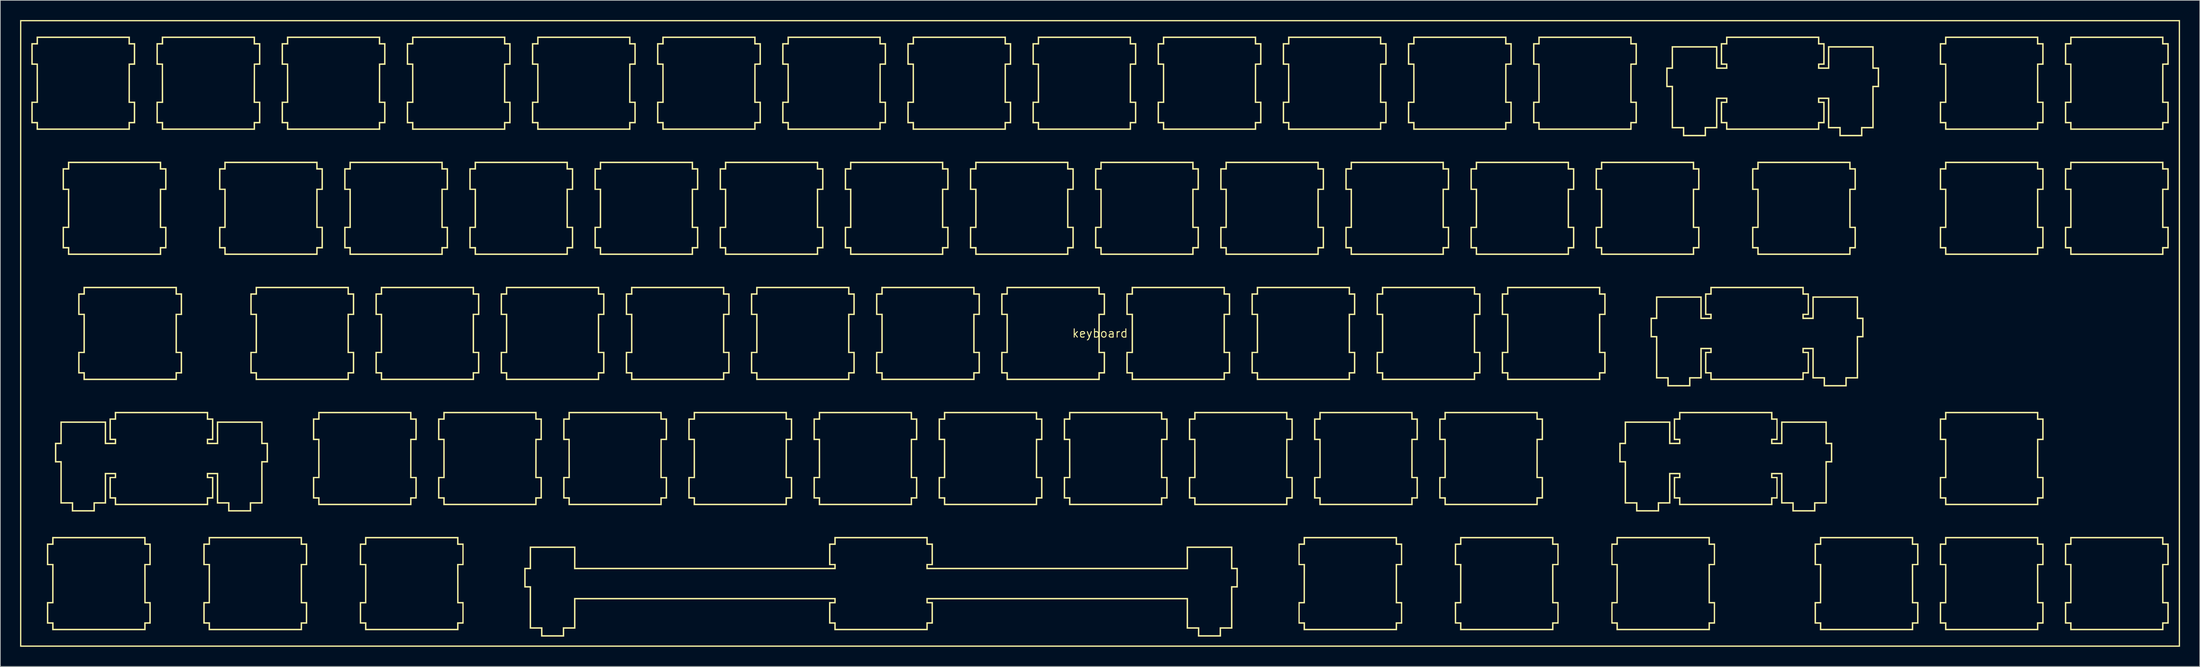
<source format=kicad_pcb>
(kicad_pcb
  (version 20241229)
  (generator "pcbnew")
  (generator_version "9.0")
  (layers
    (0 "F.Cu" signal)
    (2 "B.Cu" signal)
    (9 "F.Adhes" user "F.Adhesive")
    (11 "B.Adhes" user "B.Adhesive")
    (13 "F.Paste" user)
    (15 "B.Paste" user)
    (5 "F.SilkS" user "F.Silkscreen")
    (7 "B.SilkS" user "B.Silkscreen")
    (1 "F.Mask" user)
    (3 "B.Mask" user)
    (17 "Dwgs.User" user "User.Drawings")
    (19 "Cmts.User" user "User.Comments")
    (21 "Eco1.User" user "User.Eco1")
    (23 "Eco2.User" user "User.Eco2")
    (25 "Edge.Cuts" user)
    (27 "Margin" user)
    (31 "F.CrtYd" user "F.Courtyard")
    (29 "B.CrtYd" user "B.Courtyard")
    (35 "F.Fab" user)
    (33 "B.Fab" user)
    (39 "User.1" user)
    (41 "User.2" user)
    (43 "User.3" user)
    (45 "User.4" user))
  (footprint "keyboard"
    (layer "F.Cu")
    (at 164.406 47.715)
    (property "Reference" "keyboard" (at 0 0 0) (layer "F.SilkS") (effects (font (size 1.27 1.27) (thickness 0.15))))
    (attr through_hole)
    (fp_poly (pts (xy 164.401 47.731) (xy -164.401 47.731) (xy -164.401 -47.519) (xy -164.211 -47.519) (xy -164.211 47.54) (xy 164.211 47.54) (xy 164.211 -47.519) (xy -164.211 -47.519) (xy -164.401 -47.519) (xy -164.401 -47.71) (xy 164.401 -47.71) (xy 164.401 47.731)) (stroke (width 0.01) (type solid)) (fill yes) (layer "F.SilkS"))
    (fp_poly (pts (xy -142.917 -25.146) (xy -142.113 -25.146) (xy -142.113 -21.844) (xy -142.917 -21.844) (xy -142.917 -16.235) (xy -142.113 -16.235) (xy -142.113 -12.933) (xy -142.917 -12.933) (xy -142.917 -11.938) (xy -157.12 -11.938) (xy -157.12 -12.933) (xy -157.924 -12.933) (xy -157.924 -16.235) (xy -157.12 -16.235) (xy -157.12 -21.844) (xy -157.924 -21.844) (xy -157.924 -24.934) (xy -157.713 -24.934) (xy -157.713 -22.035) (xy -156.909 -22.035) (xy -156.909 -16.044) (xy -157.713 -16.044) (xy -157.713 -13.145) (xy -156.909 -13.145) (xy -156.909 -12.15) (xy -143.129 -12.15) (xy -143.129 -13.145) (xy -142.325 -13.145) (xy -142.325 -16.044) (xy -143.129 -16.044) (xy -143.129 -22.035) (xy -142.325 -22.035) (xy -142.325 -24.934) (xy -143.129 -24.934) (xy -143.129 -25.929) (xy -156.909 -25.929) (xy -156.909 -24.934) (xy -157.713 -24.934) (xy -157.924 -24.934) (xy -157.924 -25.146) (xy -157.12 -25.146) (xy -157.12 -26.141) (xy -142.917 -26.141) (xy -142.917 -25.146)) (stroke (width 0.01) (type solid)) (fill yes) (layer "F.SilkS"))
    (fp_poly (pts (xy -140.525 -6.096) (xy -139.742 -6.096) (xy -139.742 -2.794) (xy -140.525 -2.794) (xy -140.525 2.815) (xy -139.742 2.815) (xy -139.742 6.117) (xy -140.525 6.117) (xy -140.525 7.112) (xy -154.75 7.112) (xy -154.75 6.117) (xy -155.554 6.117) (xy -155.554 2.815) (xy -154.75 2.815) (xy -154.75 -2.794) (xy -155.554 -2.794) (xy -155.554 -5.884) (xy -155.342 -5.884) (xy -155.342 -2.985) (xy -154.538 -2.985) (xy -154.538 3.006) (xy -155.342 3.006) (xy -155.342 5.905) (xy -154.538 5.905) (xy -154.538 6.9) (xy -140.737 6.9) (xy -140.737 5.905) (xy -139.954 5.905) (xy -139.954 3.006) (xy -140.737 3.006) (xy -140.737 -2.985) (xy -139.954 -2.985) (xy -139.954 -5.884) (xy -140.737 -5.884) (xy -140.737 -6.879) (xy -154.538 -6.879) (xy -154.538 -5.884) (xy -155.342 -5.884) (xy -155.554 -5.884) (xy -155.554 -6.096) (xy -154.75 -6.096) (xy -154.75 -7.091) (xy -140.525 -7.091) (xy -140.525 -6.096)) (stroke (width 0.01) (type solid)) (fill yes) (layer "F.SilkS"))
    (fp_poly (pts (xy -119.105 -25.146) (xy -118.3 -25.146) (xy -118.3 -21.844) (xy -119.105 -21.844) (xy -119.105 -16.235) (xy -118.3 -16.235) (xy -118.3 -12.933) (xy -119.105 -12.933) (xy -119.105 -11.938) (xy -133.308 -11.938) (xy -133.308 -12.933) (xy -134.112 -12.933) (xy -134.112 -16.235) (xy -133.308 -16.235) (xy -133.308 -21.844) (xy -134.112 -21.844) (xy -134.112 -24.934) (xy -133.9 -24.934) (xy -133.9 -22.035) (xy -133.096 -22.035) (xy -133.096 -16.044) (xy -133.9 -16.044) (xy -133.9 -13.145) (xy -133.096 -13.145) (xy -133.096 -12.15) (xy -119.317 -12.15) (xy -119.317 -13.145) (xy -118.512 -13.145) (xy -118.512 -16.044) (xy -119.317 -16.044) (xy -119.317 -22.035) (xy -118.512 -22.035) (xy -118.512 -24.934) (xy -119.317 -24.934) (xy -119.317 -25.929) (xy -133.096 -25.929) (xy -133.096 -24.934) (xy -133.9 -24.934) (xy -134.112 -24.934) (xy -134.112 -25.146) (xy -133.308 -25.146) (xy -133.308 -26.141) (xy -119.105 -26.141) (xy -119.105 -25.146)) (stroke (width 0.01) (type solid)) (fill yes) (layer "F.SilkS"))
    (fp_poly (pts (xy -114.342 -6.096) (xy -113.538 -6.096) (xy -113.538 -2.794) (xy -114.342 -2.794) (xy -114.342 2.815) (xy -113.538 2.815) (xy -113.538 6.117) (xy -114.342 6.117) (xy -114.342 7.112) (xy -128.545 7.112) (xy -128.545 6.117) (xy -129.35 6.117) (xy -129.35 2.815) (xy -128.545 2.815) (xy -128.545 -2.794) (xy -129.35 -2.794) (xy -129.35 -5.884) (xy -129.138 -5.884) (xy -129.138 -2.985) (xy -128.333 -2.985) (xy -128.333 3.006) (xy -129.138 3.006) (xy -129.138 5.905) (xy -128.333 5.905) (xy -128.333 6.9) (xy -114.554 6.9) (xy -114.554 5.905) (xy -113.75 5.905) (xy -113.75 3.006) (xy -114.554 3.006) (xy -114.554 -2.985) (xy -113.75 -2.985) (xy -113.75 -5.884) (xy -114.554 -5.884) (xy -114.554 -6.879) (xy -128.333 -6.879) (xy -128.333 -5.884) (xy -129.138 -5.884) (xy -129.35 -5.884) (xy -129.35 -6.096) (xy -128.545 -6.096) (xy -128.545 -7.091) (xy -114.342 -7.091) (xy -114.342 -6.096)) (stroke (width 0.01) (type solid)) (fill yes) (layer "F.SilkS"))
    (fp_poly (pts (xy -100.055 -25.146) (xy -99.251 -25.146) (xy -99.251 -21.844) (xy -100.055 -21.844) (xy -100.055 -16.235) (xy -99.251 -16.235) (xy -99.251 -12.933) (xy -100.055 -12.933) (xy -100.055 -11.938) (xy -114.258 -11.938) (xy -114.258 -12.933) (xy -115.062 -12.933) (xy -115.062 -16.235) (xy -114.258 -16.235) (xy -114.258 -21.844) (xy -115.062 -21.844) (xy -115.062 -24.934) (xy -114.85 -24.934) (xy -114.85 -22.035) (xy -114.046 -22.035) (xy -114.046 -16.044) (xy -114.85 -16.044) (xy -114.85 -13.145) (xy -114.046 -13.145) (xy -114.046 -12.15) (xy -100.266 -12.15) (xy -100.266 -13.145) (xy -99.462 -13.145) (xy -99.462 -16.044) (xy -100.266 -16.044) (xy -100.266 -22.035) (xy -99.462 -22.035) (xy -99.462 -24.934) (xy -100.266 -24.934) (xy -100.266 -25.929) (xy -114.046 -25.929) (xy -114.046 -24.934) (xy -114.85 -24.934) (xy -115.062 -24.934) (xy -115.062 -25.146) (xy -114.258 -25.146) (xy -114.258 -26.141) (xy -100.055 -26.141) (xy -100.055 -25.146)) (stroke (width 0.01) (type solid)) (fill yes) (layer "F.SilkS"))
    (fp_poly (pts (xy -95.292 -6.096) (xy -94.488 -6.096) (xy -94.488 -2.794) (xy -95.292 -2.794) (xy -95.292 2.815) (xy -94.488 2.815) (xy -94.488 6.117) (xy -95.292 6.117) (xy -95.292 7.112) (xy -109.495 7.112) (xy -109.495 6.117) (xy -110.299 6.117) (xy -110.299 2.815) (xy -109.495 2.815) (xy -109.495 -2.794) (xy -110.299 -2.794) (xy -110.299 -5.884) (xy -110.088 -5.884) (xy -110.088 -2.985) (xy -109.284 -2.985) (xy -109.284 3.006) (xy -110.088 3.006) (xy -110.088 5.905) (xy -109.284 5.905) (xy -109.284 6.9) (xy -95.504 6.9) (xy -95.504 5.905) (xy -94.7 5.905) (xy -94.7 3.006) (xy -95.504 3.006) (xy -95.504 -2.985) (xy -94.7 -2.985) (xy -94.7 -5.884) (xy -95.504 -5.884) (xy -95.504 -6.879) (xy -109.284 -6.879) (xy -109.284 -5.884) (xy -110.088 -5.884) (xy -110.299 -5.884) (xy -110.299 -6.096) (xy -109.495 -6.096) (xy -109.495 -7.091) (xy -95.292 -7.091) (xy -95.292 -6.096)) (stroke (width 0.01) (type solid)) (fill yes) (layer "F.SilkS"))
    (fp_poly (pts (xy -81.005 -25.146) (xy -80.201 -25.146) (xy -80.201 -21.844) (xy -81.005 -21.844) (xy -81.005 -16.235) (xy -80.201 -16.235) (xy -80.201 -12.933) (xy -81.005 -12.933) (xy -81.005 -11.938) (xy -95.208 -11.938) (xy -95.208 -12.933) (xy -96.012 -12.933) (xy -96.012 -16.235) (xy -95.208 -16.235) (xy -95.208 -21.844) (xy -96.012 -21.844) (xy -96.012 -24.934) (xy -95.8 -24.934) (xy -95.8 -22.035) (xy -94.996 -22.035) (xy -94.996 -16.044) (xy -95.8 -16.044) (xy -95.8 -13.145) (xy -94.996 -13.145) (xy -94.996 -12.15) (xy -81.216 -12.15) (xy -81.216 -13.145) (xy -80.412 -13.145) (xy -80.412 -16.044) (xy -81.216 -16.044) (xy -81.216 -22.035) (xy -80.412 -22.035) (xy -80.412 -24.934) (xy -81.216 -24.934) (xy -81.216 -25.929) (xy -94.996 -25.929) (xy -94.996 -24.934) (xy -95.8 -24.934) (xy -96.012 -24.934) (xy -96.012 -25.146) (xy -95.208 -25.146) (xy -95.208 -26.141) (xy -81.005 -26.141) (xy -81.005 -25.146)) (stroke (width 0.01) (type solid)) (fill yes) (layer "F.SilkS"))
    (fp_poly (pts (xy -76.242 -6.096) (xy -75.438 -6.096) (xy -75.438 -2.794) (xy -76.242 -2.794) (xy -76.242 2.815) (xy -75.438 2.815) (xy -75.438 6.117) (xy -76.242 6.117) (xy -76.242 7.112) (xy -90.445 7.112) (xy -90.445 6.117) (xy -91.249 6.117) (xy -91.249 2.815) (xy -90.445 2.815) (xy -90.445 -2.794) (xy -91.249 -2.794) (xy -91.249 -5.884) (xy -91.038 -5.884) (xy -91.038 -2.985) (xy -90.234 -2.985) (xy -90.234 3.006) (xy -91.038 3.006) (xy -91.038 5.905) (xy -90.234 5.905) (xy -90.234 6.9) (xy -76.454 6.9) (xy -76.454 5.905) (xy -75.65 5.905) (xy -75.65 3.006) (xy -76.454 3.006) (xy -76.454 -2.985) (xy -75.65 -2.985) (xy -75.65 -5.884) (xy -76.454 -5.884) (xy -76.454 -6.879) (xy -90.234 -6.879) (xy -90.234 -5.884) (xy -91.038 -5.884) (xy -91.249 -5.884) (xy -91.249 -6.096) (xy -90.445 -6.096) (xy -90.445 -7.091) (xy -76.242 -7.091) (xy -76.242 -6.096)) (stroke (width 0.01) (type solid)) (fill yes) (layer "F.SilkS"))
    (fp_poly (pts (xy -61.955 -25.146) (xy -61.151 -25.146) (xy -61.151 -21.844) (xy -61.955 -21.844) (xy -61.955 -16.235) (xy -61.151 -16.235) (xy -61.151 -12.933) (xy -61.955 -12.933) (xy -61.955 -11.938) (xy -76.158 -11.938) (xy -76.158 -12.933) (xy -76.962 -12.933) (xy -76.962 -16.235) (xy -76.158 -16.235) (xy -76.158 -21.844) (xy -76.962 -21.844) (xy -76.962 -24.934) (xy -76.75 -24.934) (xy -76.75 -22.035) (xy -75.946 -22.035) (xy -75.946 -16.044) (xy -76.75 -16.044) (xy -76.75 -13.145) (xy -75.946 -13.145) (xy -75.946 -12.15) (xy -62.166 -12.15) (xy -62.166 -13.145) (xy -61.362 -13.145) (xy -61.362 -16.044) (xy -62.166 -16.044) (xy -62.166 -22.035) (xy -61.362 -22.035) (xy -61.362 -24.934) (xy -62.166 -24.934) (xy -62.166 -25.929) (xy -75.946 -25.929) (xy -75.946 -24.934) (xy -76.75 -24.934) (xy -76.962 -24.934) (xy -76.962 -25.146) (xy -76.158 -25.146) (xy -76.158 -26.141) (xy -61.955 -26.141) (xy -61.955 -25.146)) (stroke (width 0.01) (type solid)) (fill yes) (layer "F.SilkS"))
    (fp_poly (pts (xy -57.192 -6.096) (xy -56.388 -6.096) (xy -56.388 -2.794) (xy -57.192 -2.794) (xy -57.192 2.815) (xy -56.388 2.815) (xy -56.388 6.117) (xy -57.192 6.117) (xy -57.192 7.112) (xy -71.395 7.112) (xy -71.395 6.117) (xy -72.2 6.117) (xy -72.2 2.815) (xy -71.395 2.815) (xy -71.395 -2.794) (xy -72.2 -2.794) (xy -72.2 -5.884) (xy -71.988 -5.884) (xy -71.988 -2.985) (xy -71.183 -2.985) (xy -71.183 3.006) (xy -71.988 3.006) (xy -71.988 5.905) (xy -71.183 5.905) (xy -71.183 6.9) (xy -57.404 6.9) (xy -57.404 5.905) (xy -56.6 5.905) (xy -56.6 3.006) (xy -57.404 3.006) (xy -57.404 -2.985) (xy -56.6 -2.985) (xy -56.6 -5.884) (xy -57.404 -5.884) (xy -57.404 -6.879) (xy -71.183 -6.879) (xy -71.183 -5.884) (xy -71.988 -5.884) (xy -72.2 -5.884) (xy -72.2 -6.096) (xy -71.395 -6.096) (xy -71.395 -7.091) (xy -57.192 -7.091) (xy -57.192 -6.096)) (stroke (width 0.01) (type solid)) (fill yes) (layer "F.SilkS"))
    (fp_poly (pts (xy -42.905 -25.146) (xy -42.1 -25.146) (xy -42.1 -21.844) (xy -42.905 -21.844) (xy -42.905 -16.235) (xy -42.1 -16.235) (xy -42.1 -12.933) (xy -42.905 -12.933) (xy -42.905 -11.938) (xy -57.108 -11.938) (xy -57.108 -12.933) (xy -57.912 -12.933) (xy -57.912 -16.235) (xy -57.108 -16.235) (xy -57.108 -21.844) (xy -57.912 -21.844) (xy -57.912 -24.934) (xy -57.7 -24.934) (xy -57.7 -22.035) (xy -56.896 -22.035) (xy -56.896 -16.044) (xy -57.7 -16.044) (xy -57.7 -13.145) (xy -56.896 -13.145) (xy -56.896 -12.15) (xy -43.117 -12.15) (xy -43.117 -13.145) (xy -42.312 -13.145) (xy -42.312 -16.044) (xy -43.117 -16.044) (xy -43.117 -22.035) (xy -42.312 -22.035) (xy -42.312 -24.934) (xy -43.117 -24.934) (xy -43.117 -25.929) (xy -56.896 -25.929) (xy -56.896 -24.934) (xy -57.7 -24.934) (xy -57.912 -24.934) (xy -57.912 -25.146) (xy -57.108 -25.146) (xy -57.108 -26.141) (xy -42.905 -26.141) (xy -42.905 -25.146)) (stroke (width 0.01) (type solid)) (fill yes) (layer "F.SilkS"))
    (fp_poly (pts (xy -38.142 -6.096) (xy -37.338 -6.096) (xy -37.338 -2.794) (xy -38.142 -2.794) (xy -38.142 2.815) (xy -37.338 2.815) (xy -37.338 6.117) (xy -38.142 6.117) (xy -38.142 7.112) (xy -52.345 7.112) (xy -52.345 6.117) (xy -53.15 6.117) (xy -53.15 2.815) (xy -52.345 2.815) (xy -52.345 -2.794) (xy -53.15 -2.794) (xy -53.15 -5.884) (xy -52.938 -5.884) (xy -52.938 -2.985) (xy -52.133 -2.985) (xy -52.133 3.006) (xy -52.938 3.006) (xy -52.938 5.905) (xy -52.133 5.905) (xy -52.133 6.9) (xy -38.354 6.9) (xy -38.354 5.905) (xy -37.55 5.905) (xy -37.55 3.006) (xy -38.354 3.006) (xy -38.354 -2.985) (xy -37.55 -2.985) (xy -37.55 -5.884) (xy -38.354 -5.884) (xy -38.354 -6.879) (xy -52.133 -6.879) (xy -52.133 -5.884) (xy -52.938 -5.884) (xy -53.15 -5.884) (xy -53.15 -6.096) (xy -52.345 -6.096) (xy -52.345 -7.091) (xy -38.142 -7.091) (xy -38.142 -6.096)) (stroke (width 0.01) (type solid)) (fill yes) (layer "F.SilkS"))
    (fp_poly (pts (xy -23.855 -25.146) (xy -23.05 -25.146) (xy -23.05 -21.844) (xy -23.855 -21.844) (xy -23.855 -16.235) (xy -23.05 -16.235) (xy -23.05 -12.933) (xy -23.855 -12.933) (xy -23.855 -11.938) (xy -38.058 -11.938) (xy -38.058 -12.933) (xy -38.862 -12.933) (xy -38.862 -16.235) (xy -38.058 -16.235) (xy -38.058 -21.844) (xy -38.862 -21.844) (xy -38.862 -24.934) (xy -38.65 -24.934) (xy -38.65 -22.035) (xy -37.846 -22.035) (xy -37.846 -16.044) (xy -38.65 -16.044) (xy -38.65 -13.145) (xy -37.846 -13.145) (xy -37.846 -12.15) (xy -24.067 -12.15) (xy -24.067 -13.145) (xy -23.262 -13.145) (xy -23.262 -16.044) (xy -24.067 -16.044) (xy -24.067 -22.035) (xy -23.262 -22.035) (xy -23.262 -24.934) (xy -24.067 -24.934) (xy -24.067 -25.929) (xy -37.846 -25.929) (xy -37.846 -24.934) (xy -38.65 -24.934) (xy -38.862 -24.934) (xy -38.862 -25.146) (xy -38.058 -25.146) (xy -38.058 -26.141) (xy -23.855 -26.141) (xy -23.855 -25.146)) (stroke (width 0.01) (type solid)) (fill yes) (layer "F.SilkS"))
    (fp_poly (pts (xy -19.092 -6.096) (xy -18.288 -6.096) (xy -18.288 -2.794) (xy -19.092 -2.794) (xy -19.092 2.815) (xy -18.288 2.815) (xy -18.288 6.117) (xy -19.092 6.117) (xy -19.092 7.112) (xy -33.295 7.112) (xy -33.295 6.117) (xy -34.099 6.117) (xy -34.099 2.815) (xy -33.295 2.815) (xy -33.295 -2.794) (xy -34.099 -2.794) (xy -34.099 -5.884) (xy -33.888 -5.884) (xy -33.888 -2.985) (xy -33.084 -2.985) (xy -33.084 3.006) (xy -33.888 3.006) (xy -33.888 5.905) (xy -33.084 5.905) (xy -33.084 6.9) (xy -19.304 6.9) (xy -19.304 5.905) (xy -18.5 5.905) (xy -18.5 3.006) (xy -19.304 3.006) (xy -19.304 -2.985) (xy -18.5 -2.985) (xy -18.5 -5.884) (xy -19.304 -5.884) (xy -19.304 -6.879) (xy -33.084 -6.879) (xy -33.084 -5.884) (xy -33.888 -5.884) (xy -34.099 -5.884) (xy -34.099 -6.096) (xy -33.295 -6.096) (xy -33.295 -7.091) (xy -19.092 -7.091) (xy -19.092 -6.096)) (stroke (width 0.01) (type solid)) (fill yes) (layer "F.SilkS"))
    (fp_poly (pts (xy -4.805 -25.146) (xy -4 -25.146) (xy -4 -21.844) (xy -4.805 -21.844) (xy -4.805 -16.235) (xy -4 -16.235) (xy -4 -12.933) (xy -4.805 -12.933) (xy -4.805 -11.938) (xy -19.008 -11.938) (xy -19.008 -12.933) (xy -19.812 -12.933) (xy -19.812 -16.235) (xy -19.008 -16.235) (xy -19.008 -21.844) (xy -19.812 -21.844) (xy -19.812 -24.934) (xy -19.6 -24.934) (xy -19.6 -22.035) (xy -18.796 -22.035) (xy -18.796 -16.044) (xy -19.6 -16.044) (xy -19.6 -13.145) (xy -18.796 -13.145) (xy -18.796 -12.15) (xy -5.016 -12.15) (xy -5.016 -13.145) (xy -4.212 -13.145) (xy -4.212 -16.044) (xy -5.016 -16.044) (xy -5.016 -22.035) (xy -4.212 -22.035) (xy -4.212 -24.934) (xy -5.016 -24.934) (xy -5.016 -25.929) (xy -18.796 -25.929) (xy -18.796 -24.934) (xy -19.6 -24.934) (xy -19.812 -24.934) (xy -19.812 -25.146) (xy -19.008 -25.146) (xy -19.008 -26.141) (xy -4.805 -26.141) (xy -4.805 -25.146)) (stroke (width 0.01) (type solid)) (fill yes) (layer "F.SilkS"))
    (fp_poly (pts (xy -0.042 -6.096) (xy 0.762 -6.096) (xy 0.762 -2.794) (xy -0.042 -2.794) (xy -0.042 2.815) (xy 0.762 2.815) (xy 0.762 6.117) (xy -0.042 6.117) (xy -0.042 7.112) (xy -14.245 7.112) (xy -14.245 6.117) (xy -15.05 6.117) (xy -15.05 2.815) (xy -14.245 2.815) (xy -14.245 -2.794) (xy -15.05 -2.794) (xy -15.05 -5.884) (xy -14.838 -5.884) (xy -14.838 -2.985) (xy -14.034 -2.985) (xy -14.034 3.006) (xy -14.838 3.006) (xy -14.838 5.905) (xy -14.034 5.905) (xy -14.034 6.9) (xy -0.254 6.9) (xy -0.254 5.905) (xy 0.55 5.905) (xy 0.55 3.006) (xy -0.254 3.006) (xy -0.254 -2.985) (xy 0.55 -2.985) (xy 0.55 -5.884) (xy -0.254 -5.884) (xy -0.254 -6.879) (xy -14.034 -6.879) (xy -14.034 -5.884) (xy -14.838 -5.884) (xy -15.05 -5.884) (xy -15.05 -6.096) (xy -14.245 -6.096) (xy -14.245 -7.091) (xy -0.042 -7.091) (xy -0.042 -6.096)) (stroke (width 0.01) (type solid)) (fill yes) (layer "F.SilkS"))
    (fp_poly (pts (xy 14.245 -25.146) (xy 15.05 -25.146) (xy 15.05 -21.844) (xy 14.245 -21.844) (xy 14.245 -16.235) (xy 15.05 -16.235) (xy 15.05 -12.933) (xy 14.245 -12.933) (xy 14.245 -11.938) (xy 0.042 -11.938) (xy 0.042 -12.933) (xy -0.762 -12.933) (xy -0.762 -16.235) (xy 0.042 -16.235) (xy 0.042 -21.844) (xy -0.762 -21.844) (xy -0.762 -24.934) (xy -0.55 -24.934) (xy -0.55 -22.035) (xy 0.254 -22.035) (xy 0.254 -16.044) (xy -0.55 -16.044) (xy -0.55 -13.145) (xy 0.254 -13.145) (xy 0.254 -12.15) (xy 14.034 -12.15) (xy 14.034 -13.145) (xy 14.838 -13.145) (xy 14.838 -16.044) (xy 14.034 -16.044) (xy 14.034 -22.035) (xy 14.838 -22.035) (xy 14.838 -24.934) (xy 14.034 -24.934) (xy 14.034 -25.929) (xy 0.254 -25.929) (xy 0.254 -24.934) (xy -0.55 -24.934) (xy -0.762 -24.934) (xy -0.762 -25.146) (xy 0.042 -25.146) (xy 0.042 -26.141) (xy 14.245 -26.141) (xy 14.245 -25.146)) (stroke (width 0.01) (type solid)) (fill yes) (layer "F.SilkS"))
    (fp_poly (pts (xy 19.008 -6.096) (xy 19.812 -6.096) (xy 19.812 -2.794) (xy 19.008 -2.794) (xy 19.008 2.815) (xy 19.812 2.815) (xy 19.812 6.117) (xy 19.008 6.117) (xy 19.008 7.112) (xy 4.805 7.112) (xy 4.805 6.117) (xy 4 6.117) (xy 4 2.815) (xy 4.805 2.815) (xy 4.805 -2.794) (xy 4 -2.794) (xy 4 -5.884) (xy 4.212 -5.884) (xy 4.212 -2.985) (xy 5.016 -2.985) (xy 5.016 3.006) (xy 4.212 3.006) (xy 4.212 5.905) (xy 5.016 5.905) (xy 5.016 6.9) (xy 18.796 6.9) (xy 18.796 5.905) (xy 19.6 5.905) (xy 19.6 3.006) (xy 18.796 3.006) (xy 18.796 -2.985) (xy 19.6 -2.985) (xy 19.6 -5.884) (xy 18.796 -5.884) (xy 18.796 -6.879) (xy 5.016 -6.879) (xy 5.016 -5.884) (xy 4.212 -5.884) (xy 4 -5.884) (xy 4 -6.096) (xy 4.805 -6.096) (xy 4.805 -7.091) (xy 19.008 -7.091) (xy 19.008 -6.096)) (stroke (width 0.01) (type solid)) (fill yes) (layer "F.SilkS"))
    (fp_poly (pts (xy 33.295 -25.146) (xy 34.099 -25.146) (xy 34.099 -21.844) (xy 33.295 -21.844) (xy 33.295 -16.235) (xy 34.099 -16.235) (xy 34.099 -12.933) (xy 33.295 -12.933) (xy 33.295 -11.938) (xy 19.092 -11.938) (xy 19.092 -12.933) (xy 18.288 -12.933) (xy 18.288 -16.235) (xy 19.092 -16.235) (xy 19.092 -21.844) (xy 18.288 -21.844) (xy 18.288 -24.934) (xy 18.5 -24.934) (xy 18.5 -22.035) (xy 19.304 -22.035) (xy 19.304 -16.044) (xy 18.5 -16.044) (xy 18.5 -13.145) (xy 19.304 -13.145) (xy 19.304 -12.15) (xy 33.084 -12.15) (xy 33.084 -13.145) (xy 33.888 -13.145) (xy 33.888 -16.044) (xy 33.084 -16.044) (xy 33.084 -22.035) (xy 33.888 -22.035) (xy 33.888 -24.934) (xy 33.084 -24.934) (xy 33.084 -25.929) (xy 19.304 -25.929) (xy 19.304 -24.934) (xy 18.5 -24.934) (xy 18.288 -24.934) (xy 18.288 -25.146) (xy 19.092 -25.146) (xy 19.092 -26.141) (xy 33.295 -26.141) (xy 33.295 -25.146)) (stroke (width 0.01) (type solid)) (fill yes) (layer "F.SilkS"))
    (fp_poly (pts (xy 38.058 -6.096) (xy 38.862 -6.096) (xy 38.862 -2.794) (xy 38.058 -2.794) (xy 38.058 2.815) (xy 38.862 2.815) (xy 38.862 6.117) (xy 38.058 6.117) (xy 38.058 7.112) (xy 23.855 7.112) (xy 23.855 6.117) (xy 23.05 6.117) (xy 23.05 2.815) (xy 23.855 2.815) (xy 23.855 -2.794) (xy 23.05 -2.794) (xy 23.05 -5.884) (xy 23.262 -5.884) (xy 23.262 -2.985) (xy 24.067 -2.985) (xy 24.067 3.006) (xy 23.262 3.006) (xy 23.262 5.905) (xy 24.067 5.905) (xy 24.067 6.9) (xy 37.846 6.9) (xy 37.846 5.905) (xy 38.65 5.905) (xy 38.65 3.006) (xy 37.846 3.006) (xy 37.846 -2.985) (xy 38.65 -2.985) (xy 38.65 -5.884) (xy 37.846 -5.884) (xy 37.846 -6.879) (xy 24.067 -6.879) (xy 24.067 -5.884) (xy 23.262 -5.884) (xy 23.05 -5.884) (xy 23.05 -6.096) (xy 23.855 -6.096) (xy 23.855 -7.091) (xy 38.058 -7.091) (xy 38.058 -6.096)) (stroke (width 0.01) (type solid)) (fill yes) (layer "F.SilkS"))
    (fp_poly (pts (xy 52.345 -25.146) (xy 53.15 -25.146) (xy 53.15 -21.844) (xy 52.345 -21.844) (xy 52.345 -16.235) (xy 53.15 -16.235) (xy 53.15 -12.933) (xy 52.345 -12.933) (xy 52.345 -11.938) (xy 38.142 -11.938) (xy 38.142 -12.933) (xy 37.338 -12.933) (xy 37.338 -16.235) (xy 38.142 -16.235) (xy 38.142 -21.844) (xy 37.338 -21.844) (xy 37.338 -24.934) (xy 37.55 -24.934) (xy 37.55 -22.035) (xy 38.354 -22.035) (xy 38.354 -16.044) (xy 37.55 -16.044) (xy 37.55 -13.145) (xy 38.354 -13.145) (xy 38.354 -12.15) (xy 52.133 -12.15) (xy 52.133 -13.145) (xy 52.938 -13.145) (xy 52.938 -16.044) (xy 52.133 -16.044) (xy 52.133 -22.035) (xy 52.938 -22.035) (xy 52.938 -24.934) (xy 52.133 -24.934) (xy 52.133 -25.929) (xy 38.354 -25.929) (xy 38.354 -24.934) (xy 37.55 -24.934) (xy 37.338 -24.934) (xy 37.338 -25.146) (xy 38.142 -25.146) (xy 38.142 -26.141) (xy 52.345 -26.141) (xy 52.345 -25.146)) (stroke (width 0.01) (type solid)) (fill yes) (layer "F.SilkS"))
    (fp_poly (pts (xy 57.108 -6.096) (xy 57.912 -6.096) (xy 57.912 -2.794) (xy 57.108 -2.794) (xy 57.108 2.815) (xy 57.912 2.815) (xy 57.912 6.117) (xy 57.108 6.117) (xy 57.108 7.112) (xy 42.905 7.112) (xy 42.905 6.117) (xy 42.1 6.117) (xy 42.1 2.815) (xy 42.905 2.815) (xy 42.905 -2.794) (xy 42.1 -2.794) (xy 42.1 -5.884) (xy 42.312 -5.884) (xy 42.312 -2.985) (xy 43.117 -2.985) (xy 43.117 3.006) (xy 42.312 3.006) (xy 42.312 5.905) (xy 43.117 5.905) (xy 43.117 6.9) (xy 56.896 6.9) (xy 56.896 5.905) (xy 57.7 5.905) (xy 57.7 3.006) (xy 56.896 3.006) (xy 56.896 -2.985) (xy 57.7 -2.985) (xy 57.7 -5.884) (xy 56.896 -5.884) (xy 56.896 -6.879) (xy 43.117 -6.879) (xy 43.117 -5.884) (xy 42.312 -5.884) (xy 42.1 -5.884) (xy 42.1 -6.096) (xy 42.905 -6.096) (xy 42.905 -7.091) (xy 57.108 -7.091) (xy 57.108 -6.096)) (stroke (width 0.01) (type solid)) (fill yes) (layer "F.SilkS"))
    (fp_poly (pts (xy 71.395 -25.146) (xy 72.2 -25.146) (xy 72.2 -21.844) (xy 71.395 -21.844) (xy 71.395 -16.235) (xy 72.2 -16.235) (xy 72.2 -12.933) (xy 71.395 -12.933) (xy 71.395 -11.938) (xy 57.192 -11.938) (xy 57.192 -12.933) (xy 56.388 -12.933) (xy 56.388 -16.235) (xy 57.192 -16.235) (xy 57.192 -21.844) (xy 56.388 -21.844) (xy 56.388 -24.934) (xy 56.6 -24.934) (xy 56.6 -22.035) (xy 57.404 -22.035) (xy 57.404 -16.044) (xy 56.6 -16.044) (xy 56.6 -13.145) (xy 57.404 -13.145) (xy 57.404 -12.15) (xy 71.183 -12.15) (xy 71.183 -13.145) (xy 71.988 -13.145) (xy 71.988 -16.044) (xy 71.183 -16.044) (xy 71.183 -22.035) (xy 71.988 -22.035) (xy 71.988 -24.934) (xy 71.183 -24.934) (xy 71.183 -25.929) (xy 57.404 -25.929) (xy 57.404 -24.934) (xy 56.6 -24.934) (xy 56.388 -24.934) (xy 56.388 -25.146) (xy 57.192 -25.146) (xy 57.192 -26.141) (xy 71.395 -26.141) (xy 71.395 -25.146)) (stroke (width 0.01) (type solid)) (fill yes) (layer "F.SilkS"))
    (fp_poly (pts (xy 76.158 -6.096) (xy 76.962 -6.096) (xy 76.962 -2.794) (xy 76.158 -2.794) (xy 76.158 2.815) (xy 76.962 2.815) (xy 76.962 6.117) (xy 76.158 6.117) (xy 76.158 7.112) (xy 61.955 7.112) (xy 61.955 6.117) (xy 61.151 6.117) (xy 61.151 2.815) (xy 61.955 2.815) (xy 61.955 -2.794) (xy 61.151 -2.794) (xy 61.151 -5.884) (xy 61.362 -5.884) (xy 61.362 -2.985) (xy 62.166 -2.985) (xy 62.166 3.006) (xy 61.362 3.006) (xy 61.362 5.905) (xy 62.166 5.905) (xy 62.166 6.9) (xy 75.946 6.9) (xy 75.946 5.905) (xy 76.75 5.905) (xy 76.75 3.006) (xy 75.946 3.006) (xy 75.946 -2.985) (xy 76.75 -2.985) (xy 76.75 -5.884) (xy 75.946 -5.884) (xy 75.946 -6.879) (xy 62.166 -6.879) (xy 62.166 -5.884) (xy 61.362 -5.884) (xy 61.151 -5.884) (xy 61.151 -6.096) (xy 61.955 -6.096) (xy 61.955 -7.091) (xy 76.158 -7.091) (xy 76.158 -6.096)) (stroke (width 0.01) (type solid)) (fill yes) (layer "F.SilkS"))
    (fp_poly (pts (xy 90.445 -25.146) (xy 91.249 -25.146) (xy 91.249 -21.844) (xy 90.445 -21.844) (xy 90.445 -16.235) (xy 91.249 -16.235) (xy 91.249 -12.933) (xy 90.445 -12.933) (xy 90.445 -11.938) (xy 76.242 -11.938) (xy 76.242 -12.933) (xy 75.438 -12.933) (xy 75.438 -16.235) (xy 76.242 -16.235) (xy 76.242 -21.844) (xy 75.438 -21.844) (xy 75.438 -24.934) (xy 75.65 -24.934) (xy 75.65 -22.035) (xy 76.454 -22.035) (xy 76.454 -16.044) (xy 75.65 -16.044) (xy 75.65 -13.145) (xy 76.454 -13.145) (xy 76.454 -12.15) (xy 90.234 -12.15) (xy 90.234 -13.145) (xy 91.038 -13.145) (xy 91.038 -16.044) (xy 90.234 -16.044) (xy 90.234 -22.035) (xy 91.038 -22.035) (xy 91.038 -24.934) (xy 90.234 -24.934) (xy 90.234 -25.929) (xy 76.454 -25.929) (xy 76.454 -24.934) (xy 75.65 -24.934) (xy 75.438 -24.934) (xy 75.438 -25.146) (xy 76.242 -25.146) (xy 76.242 -26.141) (xy 90.445 -26.141) (xy 90.445 -25.146)) (stroke (width 0.01) (type solid)) (fill yes) (layer "F.SilkS"))
    (fp_poly (pts (xy 114.258 -25.146) (xy 115.062 -25.146) (xy 115.062 -21.844) (xy 114.258 -21.844) (xy 114.258 -16.235) (xy 115.062 -16.235) (xy 115.062 -12.933) (xy 114.258 -12.933) (xy 114.258 -11.938) (xy 100.055 -11.938) (xy 100.055 -12.933) (xy 99.251 -12.933) (xy 99.251 -16.235) (xy 100.055 -16.235) (xy 100.055 -21.844) (xy 99.251 -21.844) (xy 99.251 -24.934) (xy 99.462 -24.934) (xy 99.462 -22.035) (xy 100.266 -22.035) (xy 100.266 -16.044) (xy 99.462 -16.044) (xy 99.462 -13.145) (xy 100.266 -13.145) (xy 100.266 -12.15) (xy 114.046 -12.15) (xy 114.046 -13.145) (xy 114.85 -13.145) (xy 114.85 -16.044) (xy 114.046 -16.044) (xy 114.046 -22.035) (xy 114.85 -22.035) (xy 114.85 -24.934) (xy 114.046 -24.934) (xy 114.046 -25.929) (xy 100.266 -25.929) (xy 100.266 -24.934) (xy 99.462 -24.934) (xy 99.251 -24.934) (xy 99.251 -25.146) (xy 100.055 -25.146) (xy 100.055 -26.141) (xy 114.258 -26.141) (xy 114.258 -25.146)) (stroke (width 0.01) (type solid)) (fill yes) (layer "F.SilkS"))
    (fp_poly (pts (xy 142.833 -25.146) (xy 143.637 -25.146) (xy 143.637 -21.844) (xy 142.833 -21.844) (xy 142.833 -16.235) (xy 143.637 -16.235) (xy 143.637 -12.933) (xy 142.833 -12.933) (xy 142.833 -11.938) (xy 128.63 -11.938) (xy 128.63 -12.933) (xy 127.826 -12.933) (xy 127.826 -16.235) (xy 128.63 -16.235) (xy 128.63 -21.844) (xy 127.826 -21.844) (xy 127.826 -24.934) (xy 128.037 -24.934) (xy 128.037 -22.035) (xy 128.841 -22.035) (xy 128.841 -16.044) (xy 128.037 -16.044) (xy 128.037 -13.145) (xy 128.841 -13.145) (xy 128.841 -12.15) (xy 142.621 -12.15) (xy 142.621 -13.145) (xy 143.425 -13.145) (xy 143.425 -16.044) (xy 142.621 -16.044) (xy 142.621 -22.035) (xy 143.425 -22.035) (xy 143.425 -24.934) (xy 142.621 -24.934) (xy 142.621 -25.929) (xy 128.841 -25.929) (xy 128.841 -24.934) (xy 128.037 -24.934) (xy 127.826 -24.934) (xy 127.826 -25.146) (xy 128.63 -25.146) (xy 128.63 -26.141) (xy 142.833 -26.141) (xy 142.833 -25.146)) (stroke (width 0.01) (type solid)) (fill yes) (layer "F.SilkS"))
    (fp_poly (pts (xy 161.883 -25.146) (xy 162.687 -25.146) (xy 162.687 -21.844) (xy 161.883 -21.844) (xy 161.883 -16.235) (xy 162.687 -16.235) (xy 162.687 -12.933) (xy 161.883 -12.933) (xy 161.883 -11.938) (xy 147.68 -11.938) (xy 147.68 -12.933) (xy 146.875 -12.933) (xy 146.875 -16.235) (xy 147.68 -16.235) (xy 147.68 -21.844) (xy 146.875 -21.844) (xy 146.875 -24.934) (xy 147.087 -24.934) (xy 147.087 -22.035) (xy 147.892 -22.035) (xy 147.892 -16.044) (xy 147.087 -16.044) (xy 147.087 -13.145) (xy 147.892 -13.145) (xy 147.892 -12.15) (xy 161.671 -12.15) (xy 161.671 -13.145) (xy 162.475 -13.145) (xy 162.475 -16.044) (xy 161.671 -16.044) (xy 161.671 -22.035) (xy 162.475 -22.035) (xy 162.475 -24.934) (xy 161.671 -24.934) (xy 161.671 -25.929) (xy 147.892 -25.929) (xy 147.892 -24.934) (xy 147.087 -24.934) (xy 146.875 -24.934) (xy 146.875 -25.146) (xy 147.68 -25.146) (xy 147.68 -26.141) (xy 161.883 -26.141) (xy 161.883 -25.146)) (stroke (width 0.01) (type solid)) (fill yes) (layer "F.SilkS"))
    (fp_poly (pts (xy -147.68 -44.196) (xy -146.875 -44.196) (xy -146.875 -40.894) (xy -147.68 -40.894) (xy -147.68 -35.285) (xy -146.875 -35.285) (xy -146.875 -31.983) (xy -147.68 -31.983) (xy -147.68 -30.988) (xy -161.883 -30.988) (xy -161.883 -31.983) (xy -162.687 -31.983) (xy -162.687 -35.285) (xy -161.883 -35.285) (xy -161.883 -40.894) (xy -162.687 -40.894) (xy -162.687 -43.984) (xy -162.475 -43.984) (xy -162.475 -41.107) (xy -161.682 -41.095) (xy -161.676 -38.095) (xy -161.671 -35.094) (xy -162.475 -35.094) (xy -162.475 -32.194) (xy -161.671 -32.194) (xy -161.671 -31.2) (xy -147.892 -31.2) (xy -147.892 -32.194) (xy -147.087 -32.194) (xy -147.087 -35.094) (xy -147.892 -35.094) (xy -147.886 -38.095) (xy -147.881 -41.095) (xy -147.087 -41.107) (xy -147.087 -43.984) (xy -147.892 -43.984) (xy -147.892 -44.979) (xy -161.671 -44.979) (xy -161.671 -43.984) (xy -162.475 -43.984) (xy -162.687 -43.984) (xy -162.687 -44.196) (xy -161.883 -44.196) (xy -161.883 -45.191) (xy -147.68 -45.191) (xy -147.68 -44.196)) (stroke (width 0.01) (type solid)) (fill yes) (layer "F.SilkS"))
    (fp_poly (pts (xy -145.288 32.004) (xy -144.505 32.004) (xy -144.505 35.306) (xy -145.288 35.306) (xy -145.288 40.915) (xy -144.505 40.915) (xy -144.505 44.217) (xy -145.288 44.217) (xy -145.288 45.212) (xy -159.512 45.212) (xy -159.512 44.217) (xy -160.316 44.217) (xy -160.316 40.915) (xy -159.512 40.915) (xy -159.512 35.306) (xy -160.316 35.306) (xy -160.316 32.216) (xy -160.105 32.216) (xy -160.105 35.115) (xy -159.3 35.115) (xy -159.306 38.116) (xy -159.311 41.116) (xy -160.105 41.128) (xy -160.105 44.005) (xy -159.3 44.005) (xy -159.3 45) (xy -145.5 45) (xy -145.5 44.005) (xy -144.716 44.005) (xy -144.716 41.128) (xy -145.489 41.116) (xy -145.494 38.116) (xy -145.5 35.115) (xy -144.716 35.115) (xy -144.716 32.216) (xy -145.5 32.216) (xy -145.5 31.221) (xy -159.3 31.221) (xy -159.3 32.216) (xy -160.105 32.216) (xy -160.316 32.216) (xy -160.316 32.004) (xy -159.512 32.004) (xy -159.512 31.009) (xy -145.288 31.009) (xy -145.288 32.004)) (stroke (width 0.01) (type solid)) (fill yes) (layer "F.SilkS"))
    (fp_poly (pts (xy -128.63 -44.196) (xy -127.826 -44.196) (xy -127.826 -40.894) (xy -128.63 -40.894) (xy -128.63 -35.285) (xy -127.826 -35.285) (xy -127.826 -31.983) (xy -128.63 -31.983) (xy -128.63 -30.988) (xy -142.833 -30.988) (xy -142.833 -31.983) (xy -143.637 -31.983) (xy -143.637 -35.285) (xy -142.833 -35.285) (xy -142.833 -40.894) (xy -143.637 -40.894) (xy -143.637 -43.984) (xy -143.425 -43.984) (xy -143.425 -41.107) (xy -142.632 -41.095) (xy -142.626 -38.095) (xy -142.621 -35.094) (xy -143.425 -35.094) (xy -143.425 -32.194) (xy -142.621 -32.194) (xy -142.621 -31.2) (xy -128.841 -31.2) (xy -128.841 -32.194) (xy -128.037 -32.194) (xy -128.037 -35.094) (xy -128.842 -35.094) (xy -128.836 -38.095) (xy -128.831 -41.095) (xy -128.037 -41.107) (xy -128.037 -43.984) (xy -128.841 -43.984) (xy -128.841 -44.979) (xy -142.621 -44.979) (xy -142.621 -43.984) (xy -143.425 -43.984) (xy -143.637 -43.984) (xy -143.637 -44.196) (xy -142.833 -44.196) (xy -142.833 -45.191) (xy -128.63 -45.191) (xy -128.63 -44.196)) (stroke (width 0.01) (type solid)) (fill yes) (layer "F.SilkS"))
    (fp_poly (pts (xy -121.475 32.004) (xy -120.692 32.004) (xy -120.692 35.306) (xy -121.475 35.306) (xy -121.475 40.915) (xy -120.692 40.915) (xy -120.692 44.217) (xy -121.475 44.217) (xy -121.475 45.212) (xy -135.7 45.212) (xy -135.7 44.217) (xy -136.504 44.217) (xy -136.504 40.915) (xy -135.7 40.915) (xy -135.7 35.306) (xy -136.504 35.306) (xy -136.504 32.216) (xy -136.292 32.216) (xy -136.292 35.115) (xy -135.488 35.115) (xy -135.493 38.116) (xy -135.498 41.116) (xy -136.292 41.128) (xy -136.292 44.005) (xy -135.488 44.005) (xy -135.488 45) (xy -121.687 45) (xy -121.687 44.005) (xy -120.904 44.005) (xy -120.904 41.128) (xy -121.677 41.116) (xy -121.682 38.116) (xy -121.687 35.115) (xy -120.904 35.115) (xy -120.904 32.216) (xy -121.687 32.216) (xy -121.687 31.221) (xy -135.488 31.221) (xy -135.488 32.216) (xy -136.292 32.216) (xy -136.504 32.216) (xy -136.504 32.004) (xy -135.7 32.004) (xy -135.7 31.009) (xy -121.475 31.009) (xy -121.475 32.004)) (stroke (width 0.01) (type solid)) (fill yes) (layer "F.SilkS"))
    (fp_poly (pts (xy -109.58 -44.196) (xy -108.775 -44.196) (xy -108.775 -40.894) (xy -109.58 -40.894) (xy -109.58 -35.285) (xy -108.775 -35.285) (xy -108.775 -31.983) (xy -109.58 -31.983) (xy -109.58 -30.988) (xy -123.783 -30.988) (xy -123.783 -31.983) (xy -124.587 -31.983) (xy -124.587 -35.285) (xy -123.783 -35.285) (xy -123.783 -40.894) (xy -124.587 -40.894) (xy -124.587 -43.984) (xy -124.375 -43.984) (xy -124.375 -41.107) (xy -123.582 -41.095) (xy -123.576 -38.095) (xy -123.571 -35.094) (xy -124.375 -35.094) (xy -124.375 -32.194) (xy -123.571 -32.194) (xy -123.571 -31.2) (xy -109.791 -31.2) (xy -109.791 -32.194) (xy -108.987 -32.194) (xy -108.987 -35.094) (xy -109.792 -35.094) (xy -109.786 -38.095) (xy -109.781 -41.095) (xy -108.987 -41.107) (xy -108.987 -43.984) (xy -109.791 -43.984) (xy -109.791 -44.979) (xy -123.571 -44.979) (xy -123.571 -43.984) (xy -124.375 -43.984) (xy -124.587 -43.984) (xy -124.587 -44.196) (xy -123.783 -44.196) (xy -123.783 -45.191) (xy -109.58 -45.191) (xy -109.58 -44.196)) (stroke (width 0.01) (type solid)) (fill yes) (layer "F.SilkS"))
    (fp_poly (pts (xy -104.817 12.954) (xy -104.013 12.954) (xy -104.013 16.256) (xy -104.817 16.256) (xy -104.817 21.865) (xy -104.013 21.865) (xy -104.013 25.167) (xy -104.817 25.167) (xy -104.817 26.162) (xy -119.02 26.162) (xy -119.02 25.167) (xy -119.825 25.167) (xy -119.825 21.865) (xy -119.02 21.865) (xy -119.02 16.256) (xy -119.825 16.256) (xy -119.825 13.166) (xy -119.613 13.166) (xy -119.613 16.043) (xy -118.819 16.055) (xy -118.814 19.055) (xy -118.808 22.056) (xy -119.613 22.056) (xy -119.613 24.956) (xy -118.808 24.956) (xy -118.808 25.95) (xy -105.029 25.95) (xy -105.029 24.956) (xy -104.225 24.956) (xy -104.225 22.056) (xy -105.029 22.056) (xy -105.024 19.055) (xy -105.018 16.055) (xy -104.225 16.043) (xy -104.225 13.166) (xy -105.029 13.166) (xy -105.029 12.171) (xy -118.808 12.171) (xy -118.808 13.166) (xy -119.613 13.166) (xy -119.825 13.166) (xy -119.825 12.954) (xy -119.02 12.954) (xy -119.02 11.959) (xy -104.817 11.959) (xy -104.817 12.954)) (stroke (width 0.01) (type solid)) (fill yes) (layer "F.SilkS"))
    (fp_poly (pts (xy -90.53 -44.196) (xy -89.725 -44.196) (xy -89.725 -40.894) (xy -90.53 -40.894) (xy -90.53 -35.285) (xy -89.725 -35.285) (xy -89.725 -31.983) (xy -90.53 -31.983) (xy -90.53 -30.988) (xy -104.733 -30.988) (xy -104.733 -31.983) (xy -105.537 -31.983) (xy -105.537 -35.285) (xy -104.733 -35.285) (xy -104.733 -40.894) (xy -105.537 -40.894) (xy -105.537 -43.984) (xy -105.325 -43.984) (xy -105.325 -41.107) (xy -104.532 -41.095) (xy -104.526 -38.095) (xy -104.521 -35.094) (xy -105.325 -35.094) (xy -105.325 -32.194) (xy -104.521 -32.194) (xy -104.521 -31.2) (xy -90.742 -31.2) (xy -90.742 -32.194) (xy -89.937 -32.194) (xy -89.937 -35.094) (xy -90.742 -35.094) (xy -90.736 -38.095) (xy -90.731 -41.095) (xy -89.937 -41.107) (xy -89.937 -43.984) (xy -90.742 -43.984) (xy -90.742 -44.979) (xy -104.521 -44.979) (xy -104.521 -43.984) (xy -105.325 -43.984) (xy -105.537 -43.984) (xy -105.537 -44.196) (xy -104.733 -44.196) (xy -104.733 -45.191) (xy -90.53 -45.191) (xy -90.53 -44.196)) (stroke (width 0.01) (type solid)) (fill yes) (layer "F.SilkS"))
    (fp_poly (pts (xy -85.767 12.954) (xy -84.963 12.954) (xy -84.963 16.256) (xy -85.767 16.256) (xy -85.767 21.865) (xy -84.963 21.865) (xy -84.963 25.167) (xy -85.767 25.167) (xy -85.767 26.162) (xy -99.97 26.162) (xy -99.97 25.167) (xy -100.775 25.167) (xy -100.775 21.865) (xy -99.97 21.865) (xy -99.97 16.256) (xy -100.775 16.256) (xy -100.775 13.166) (xy -100.563 13.166) (xy -100.563 16.043) (xy -99.769 16.055) (xy -99.764 19.055) (xy -99.758 22.056) (xy -100.563 22.056) (xy -100.563 24.956) (xy -99.758 24.956) (xy -99.758 25.95) (xy -85.979 25.95) (xy -85.979 24.956) (xy -85.175 24.956) (xy -85.175 22.056) (xy -85.979 22.056) (xy -85.974 19.055) (xy -85.968 16.055) (xy -85.175 16.043) (xy -85.175 13.166) (xy -85.979 13.166) (xy -85.979 12.171) (xy -99.758 12.171) (xy -99.758 13.166) (xy -100.563 13.166) (xy -100.775 13.166) (xy -100.775 12.954) (xy -99.97 12.954) (xy -99.97 11.959) (xy -85.767 11.959) (xy -85.767 12.954)) (stroke (width 0.01) (type solid)) (fill yes) (layer "F.SilkS"))
    (fp_poly (pts (xy -71.48 -44.196) (xy -70.675 -44.196) (xy -70.675 -40.894) (xy -71.48 -40.894) (xy -71.48 -35.285) (xy -70.675 -35.285) (xy -70.675 -31.983) (xy -71.48 -31.983) (xy -71.48 -30.988) (xy -85.683 -30.988) (xy -85.683 -31.983) (xy -86.487 -31.983) (xy -86.487 -35.285) (xy -85.683 -35.285) (xy -85.683 -40.894) (xy -86.487 -40.894) (xy -86.487 -43.984) (xy -86.275 -43.984) (xy -86.275 -41.107) (xy -85.482 -41.095) (xy -85.476 -38.095) (xy -85.471 -35.094) (xy -86.275 -35.094) (xy -86.275 -32.194) (xy -85.471 -32.194) (xy -85.471 -31.2) (xy -71.692 -31.2) (xy -71.692 -32.194) (xy -70.887 -32.194) (xy -70.887 -35.094) (xy -71.692 -35.094) (xy -71.686 -38.095) (xy -71.681 -41.095) (xy -70.887 -41.107) (xy -70.887 -43.984) (xy -71.692 -43.984) (xy -71.692 -44.979) (xy -85.471 -44.979) (xy -85.471 -43.984) (xy -86.275 -43.984) (xy -86.487 -43.984) (xy -86.487 -44.196) (xy -85.683 -44.196) (xy -85.683 -45.191) (xy -71.48 -45.191) (xy -71.48 -44.196)) (stroke (width 0.01) (type solid)) (fill yes) (layer "F.SilkS"))
    (fp_poly (pts (xy -66.717 12.954) (xy -65.913 12.954) (xy -65.913 16.256) (xy -66.717 16.256) (xy -66.717 21.865) (xy -65.913 21.865) (xy -65.913 25.167) (xy -66.717 25.167) (xy -66.717 26.162) (xy -80.92 26.162) (xy -80.92 25.167) (xy -81.725 25.167) (xy -81.725 21.865) (xy -80.92 21.865) (xy -80.92 16.256) (xy -81.725 16.256) (xy -81.725 13.166) (xy -81.513 13.166) (xy -81.513 16.043) (xy -80.719 16.055) (xy -80.714 19.055) (xy -80.708 22.056) (xy -81.513 22.056) (xy -81.513 24.956) (xy -80.709 24.956) (xy -80.709 25.95) (xy -66.929 25.95) (xy -66.929 24.956) (xy -66.125 24.956) (xy -66.125 22.056) (xy -66.929 22.056) (xy -66.924 19.055) (xy -66.918 16.055) (xy -66.125 16.043) (xy -66.125 13.166) (xy -66.929 13.166) (xy -66.929 12.171) (xy -80.709 12.171) (xy -80.709 13.166) (xy -81.513 13.166) (xy -81.725 13.166) (xy -81.725 12.954) (xy -80.92 12.954) (xy -80.92 11.959) (xy -66.717 11.959) (xy -66.717 12.954)) (stroke (width 0.01) (type solid)) (fill yes) (layer "F.SilkS"))
    (fp_poly (pts (xy -52.43 -44.196) (xy -51.626 -44.196) (xy -51.626 -40.894) (xy -52.43 -40.894) (xy -52.43 -35.285) (xy -51.626 -35.285) (xy -51.626 -31.983) (xy -52.43 -31.983) (xy -52.43 -30.988) (xy -66.633 -30.988) (xy -66.633 -31.983) (xy -67.437 -31.983) (xy -67.437 -35.285) (xy -66.633 -35.285) (xy -66.633 -40.894) (xy -67.437 -40.894) (xy -67.437 -43.984) (xy -67.225 -43.984) (xy -67.225 -41.107) (xy -66.432 -41.095) (xy -66.426 -38.095) (xy -66.421 -35.094) (xy -67.225 -35.094) (xy -67.225 -32.194) (xy -66.421 -32.194) (xy -66.421 -31.2) (xy -52.642 -31.2) (xy -52.642 -32.194) (xy -51.837 -32.194) (xy -51.837 -35.094) (xy -52.642 -35.094) (xy -52.636 -38.095) (xy -52.631 -41.095) (xy -51.837 -41.107) (xy -51.837 -43.984) (xy -52.642 -43.984) (xy -52.642 -44.979) (xy -66.421 -44.979) (xy -66.421 -43.984) (xy -67.225 -43.984) (xy -67.437 -43.984) (xy -67.437 -44.196) (xy -66.633 -44.196) (xy -66.633 -45.191) (xy -52.43 -45.191) (xy -52.43 -44.196)) (stroke (width 0.01) (type solid)) (fill yes) (layer "F.SilkS"))
    (fp_poly (pts (xy -47.667 12.954) (xy -46.863 12.954) (xy -46.863 16.256) (xy -47.667 16.256) (xy -47.667 21.865) (xy -46.863 21.865) (xy -46.863 25.167) (xy -47.667 25.167) (xy -47.667 26.162) (xy -61.87 26.162) (xy -61.87 25.167) (xy -62.675 25.167) (xy -62.675 21.865) (xy -61.87 21.865) (xy -61.87 16.256) (xy -62.675 16.256) (xy -62.675 13.166) (xy -62.463 13.166) (xy -62.463 16.043) (xy -61.669 16.055) (xy -61.664 19.055) (xy -61.658 22.056) (xy -62.463 22.056) (xy -62.463 24.956) (xy -61.658 24.956) (xy -61.658 25.95) (xy -47.879 25.95) (xy -47.879 24.956) (xy -47.075 24.956) (xy -47.075 22.056) (xy -47.879 22.056) (xy -47.874 19.055) (xy -47.868 16.055) (xy -47.075 16.043) (xy -47.075 13.166) (xy -47.879 13.166) (xy -47.879 12.171) (xy -61.658 12.171) (xy -61.658 13.166) (xy -62.463 13.166) (xy -62.675 13.166) (xy -62.675 12.954) (xy -61.87 12.954) (xy -61.87 11.959) (xy -47.667 11.959) (xy -47.667 12.954)) (stroke (width 0.01) (type solid)) (fill yes) (layer "F.SilkS"))
    (fp_poly (pts (xy -33.38 -44.196) (xy -32.575 -44.196) (xy -32.575 -40.894) (xy -33.38 -40.894) (xy -33.38 -35.285) (xy -32.575 -35.285) (xy -32.575 -31.983) (xy -33.38 -31.983) (xy -33.38 -30.988) (xy -47.583 -30.988) (xy -47.583 -31.983) (xy -48.387 -31.983) (xy -48.387 -35.285) (xy -47.583 -35.285) (xy -47.583 -40.894) (xy -48.387 -40.894) (xy -48.387 -43.984) (xy -48.175 -43.984) (xy -48.175 -41.107) (xy -47.382 -41.095) (xy -47.376 -38.095) (xy -47.371 -35.094) (xy -48.175 -35.094) (xy -48.175 -32.194) (xy -47.371 -32.194) (xy -47.371 -31.2) (xy -33.592 -31.2) (xy -33.592 -32.194) (xy -32.787 -32.194) (xy -32.787 -35.094) (xy -33.592 -35.094) (xy -33.586 -38.095) (xy -33.581 -41.095) (xy -32.787 -41.107) (xy -32.787 -43.984) (xy -33.592 -43.984) (xy -33.592 -44.979) (xy -47.371 -44.979) (xy -47.371 -43.984) (xy -48.175 -43.984) (xy -48.387 -43.984) (xy -48.387 -44.196) (xy -47.583 -44.196) (xy -47.583 -45.191) (xy -33.38 -45.191) (xy -33.38 -44.196)) (stroke (width 0.01) (type solid)) (fill yes) (layer "F.SilkS"))
    (fp_poly (pts (xy -28.617 12.954) (xy -27.813 12.954) (xy -27.813 16.256) (xy -28.617 16.256) (xy -28.617 21.865) (xy -27.813 21.865) (xy -27.813 25.167) (xy -28.617 25.167) (xy -28.617 26.162) (xy -42.82 26.162) (xy -42.82 25.167) (xy -43.624 25.167) (xy -43.624 21.865) (xy -42.82 21.865) (xy -42.82 16.256) (xy -43.624 16.256) (xy -43.624 13.166) (xy -43.413 13.166) (xy -43.413 16.043) (xy -42.619 16.055) (xy -42.614 19.055) (xy -42.608 22.056) (xy -43.413 22.056) (xy -43.413 24.956) (xy -42.608 24.956) (xy -42.608 25.95) (xy -28.829 25.95) (xy -28.829 24.956) (xy -28.025 24.956) (xy -28.025 22.056) (xy -28.829 22.056) (xy -28.824 19.055) (xy -28.818 16.055) (xy -28.025 16.043) (xy -28.025 13.166) (xy -28.829 13.166) (xy -28.829 12.171) (xy -42.608 12.171) (xy -42.608 13.166) (xy -43.413 13.166) (xy -43.624 13.166) (xy -43.624 12.954) (xy -42.82 12.954) (xy -42.82 11.959) (xy -28.617 11.959) (xy -28.617 12.954)) (stroke (width 0.01) (type solid)) (fill yes) (layer "F.SilkS"))
    (fp_poly (pts (xy -14.33 -44.196) (xy -13.525 -44.196) (xy -13.525 -40.894) (xy -14.33 -40.894) (xy -14.33 -35.285) (xy -13.525 -35.285) (xy -13.525 -31.983) (xy -14.33 -31.983) (xy -14.33 -30.988) (xy -28.533 -30.988) (xy -28.533 -31.983) (xy -29.337 -31.983) (xy -29.337 -35.285) (xy -28.533 -35.285) (xy -28.533 -40.894) (xy -29.337 -40.894) (xy -29.337 -43.984) (xy -29.125 -43.984) (xy -29.125 -41.107) (xy -28.332 -41.095) (xy -28.326 -38.095) (xy -28.321 -35.094) (xy -29.125 -35.094) (xy -29.125 -32.194) (xy -28.321 -32.194) (xy -28.321 -31.2) (xy -14.541 -31.2) (xy -14.541 -32.194) (xy -13.737 -32.194) (xy -13.737 -35.094) (xy -14.542 -35.094) (xy -14.536 -38.095) (xy -14.531 -41.095) (xy -13.737 -41.107) (xy -13.737 -43.984) (xy -14.541 -43.984) (xy -14.541 -44.979) (xy -28.321 -44.979) (xy -28.321 -43.984) (xy -29.125 -43.984) (xy -29.337 -43.984) (xy -29.337 -44.196) (xy -28.533 -44.196) (xy -28.533 -45.191) (xy -14.33 -45.191) (xy -14.33 -44.196)) (stroke (width 0.01) (type solid)) (fill yes) (layer "F.SilkS"))
    (fp_poly (pts (xy -9.567 12.954) (xy -8.763 12.954) (xy -8.763 16.256) (xy -9.567 16.256) (xy -9.567 21.865) (xy -8.763 21.865) (xy -8.763 25.167) (xy -9.567 25.167) (xy -9.567 26.162) (xy -23.77 26.162) (xy -23.77 25.167) (xy -24.575 25.167) (xy -24.575 21.865) (xy -23.77 21.865) (xy -23.77 16.256) (xy -24.575 16.256) (xy -24.575 13.166) (xy -24.363 13.166) (xy -24.363 16.043) (xy -23.569 16.055) (xy -23.564 19.055) (xy -23.558 22.056) (xy -24.363 22.056) (xy -24.363 24.956) (xy -23.558 24.956) (xy -23.558 25.95) (xy -9.779 25.95) (xy -9.779 24.956) (xy -8.975 24.956) (xy -8.975 22.056) (xy -9.779 22.056) (xy -9.774 19.055) (xy -9.768 16.055) (xy -8.975 16.043) (xy -8.975 13.166) (xy -9.779 13.166) (xy -9.779 12.171) (xy -23.558 12.171) (xy -23.558 13.166) (xy -24.363 13.166) (xy -24.575 13.166) (xy -24.575 12.954) (xy -23.77 12.954) (xy -23.77 11.959) (xy -9.567 11.959) (xy -9.567 12.954)) (stroke (width 0.01) (type solid)) (fill yes) (layer "F.SilkS"))
    (fp_poly (pts (xy 4.72 -44.196) (xy 5.524 -44.196) (xy 5.524 -40.894) (xy 4.72 -40.894) (xy 4.72 -35.285) (xy 5.524 -35.285) (xy 5.524 -31.983) (xy 4.72 -31.983) (xy 4.72 -30.988) (xy -9.483 -30.988) (xy -9.483 -31.983) (xy -10.287 -31.983) (xy -10.287 -35.285) (xy -9.483 -35.285) (xy -9.483 -40.894) (xy -10.287 -40.894) (xy -10.287 -43.984) (xy -10.075 -43.984) (xy -10.075 -41.107) (xy -9.282 -41.095) (xy -9.276 -38.095) (xy -9.271 -35.094) (xy -10.075 -35.094) (xy -10.075 -32.194) (xy -9.271 -32.194) (xy -9.271 -31.2) (xy 4.508 -31.2) (xy 4.508 -32.194) (xy 5.313 -32.194) (xy 5.313 -35.094) (xy 4.508 -35.094) (xy 4.514 -38.095) (xy 4.519 -41.095) (xy 5.313 -41.107) (xy 5.313 -43.984) (xy 4.508 -43.984) (xy 4.508 -44.979) (xy -9.271 -44.979) (xy -9.271 -43.984) (xy -10.075 -43.984) (xy -10.287 -43.984) (xy -10.287 -44.196) (xy -9.483 -44.196) (xy -9.483 -45.191) (xy 4.72 -45.191) (xy 4.72 -44.196)) (stroke (width 0.01) (type solid)) (fill yes) (layer "F.SilkS"))
    (fp_poly (pts (xy 9.483 12.954) (xy 10.287 12.954) (xy 10.287 16.256) (xy 9.483 16.256) (xy 9.483 21.865) (xy 10.287 21.865) (xy 10.287 25.167) (xy 9.483 25.167) (xy 9.483 26.162) (xy -4.72 26.162) (xy -4.72 25.167) (xy -5.524 25.167) (xy -5.524 21.865) (xy -4.72 21.865) (xy -4.72 16.256) (xy -5.524 16.256) (xy -5.524 13.166) (xy -5.313 13.166) (xy -5.313 16.043) (xy -4.519 16.055) (xy -4.514 19.055) (xy -4.508 22.056) (xy -5.313 22.056) (xy -5.313 24.956) (xy -4.508 24.956) (xy -4.508 25.95) (xy 9.271 25.95) (xy 9.271 24.956) (xy 10.075 24.956) (xy 10.075 22.056) (xy 9.271 22.056) (xy 9.276 19.055) (xy 9.282 16.055) (xy 10.075 16.043) (xy 10.075 13.166) (xy 9.271 13.166) (xy 9.271 12.171) (xy -4.508 12.171) (xy -4.508 13.166) (xy -5.313 13.166) (xy -5.524 13.166) (xy -5.524 12.954) (xy -4.72 12.954) (xy -4.72 11.959) (xy 9.483 11.959) (xy 9.483 12.954)) (stroke (width 0.01) (type solid)) (fill yes) (layer "F.SilkS"))
    (fp_poly (pts (xy 23.77 -44.196) (xy 24.575 -44.196) (xy 24.575 -40.894) (xy 23.77 -40.894) (xy 23.77 -35.285) (xy 24.575 -35.285) (xy 24.575 -31.983) (xy 23.77 -31.983) (xy 23.77 -30.988) (xy 9.567 -30.988) (xy 9.567 -31.983) (xy 8.763 -31.983) (xy 8.763 -35.285) (xy 9.567 -35.285) (xy 9.567 -40.894) (xy 8.763 -40.894) (xy 8.763 -43.984) (xy 8.975 -43.984) (xy 8.975 -41.107) (xy 9.768 -41.095) (xy 9.774 -38.095) (xy 9.779 -35.094) (xy 8.975 -35.094) (xy 8.975 -32.194) (xy 9.779 -32.194) (xy 9.779 -31.2) (xy 23.558 -31.2) (xy 23.558 -32.194) (xy 24.363 -32.194) (xy 24.363 -35.094) (xy 23.558 -35.094) (xy 23.564 -38.095) (xy 23.569 -41.095) (xy 24.363 -41.107) (xy 24.363 -43.984) (xy 23.558 -43.984) (xy 23.558 -44.979) (xy 9.779 -44.979) (xy 9.779 -43.984) (xy 8.975 -43.984) (xy 8.763 -43.984) (xy 8.763 -44.196) (xy 9.567 -44.196) (xy 9.567 -45.191) (xy 23.77 -45.191) (xy 23.77 -44.196)) (stroke (width 0.01) (type solid)) (fill yes) (layer "F.SilkS"))
    (fp_poly (pts (xy 28.533 12.954) (xy 29.337 12.954) (xy 29.337 16.256) (xy 28.533 16.256) (xy 28.533 21.865) (xy 29.337 21.865) (xy 29.337 25.167) (xy 28.533 25.167) (xy 28.533 26.162) (xy 14.33 26.162) (xy 14.33 25.167) (xy 13.525 25.167) (xy 13.525 21.865) (xy 14.33 21.865) (xy 14.33 16.256) (xy 13.525 16.256) (xy 13.525 13.166) (xy 13.737 13.166) (xy 13.737 16.043) (xy 14.531 16.055) (xy 14.536 19.055) (xy 14.542 22.056) (xy 13.737 22.056) (xy 13.737 24.956) (xy 14.541 24.956) (xy 14.541 25.95) (xy 28.321 25.95) (xy 28.321 24.956) (xy 29.125 24.956) (xy 29.125 22.056) (xy 28.321 22.056) (xy 28.326 19.055) (xy 28.332 16.055) (xy 29.125 16.043) (xy 29.125 13.166) (xy 28.321 13.166) (xy 28.321 12.171) (xy 14.541 12.171) (xy 14.541 13.166) (xy 13.737 13.166) (xy 13.525 13.166) (xy 13.525 12.954) (xy 14.33 12.954) (xy 14.33 11.959) (xy 28.533 11.959) (xy 28.533 12.954)) (stroke (width 0.01) (type solid)) (fill yes) (layer "F.SilkS"))
    (fp_poly (pts (xy 42.82 -44.196) (xy 43.624 -44.196) (xy 43.624 -40.894) (xy 42.82 -40.894) (xy 42.82 -35.285) (xy 43.624 -35.285) (xy 43.624 -31.983) (xy 42.82 -31.983) (xy 42.82 -30.988) (xy 28.617 -30.988) (xy 28.617 -31.983) (xy 27.813 -31.983) (xy 27.813 -35.285) (xy 28.617 -35.285) (xy 28.617 -40.894) (xy 27.813 -40.894) (xy 27.813 -43.984) (xy 28.025 -43.984) (xy 28.025 -41.107) (xy 28.818 -41.095) (xy 28.824 -38.095) (xy 28.829 -35.094) (xy 28.025 -35.094) (xy 28.025 -32.194) (xy 28.829 -32.194) (xy 28.829 -31.2) (xy 42.608 -31.2) (xy 42.608 -32.194) (xy 43.413 -32.194) (xy 43.413 -35.094) (xy 42.608 -35.094) (xy 42.614 -38.095) (xy 42.619 -41.095) (xy 43.413 -41.107) (xy 43.413 -43.984) (xy 42.608 -43.984) (xy 42.608 -44.979) (xy 28.829 -44.979) (xy 28.829 -43.984) (xy 28.025 -43.984) (xy 27.813 -43.984) (xy 27.813 -44.196) (xy 28.617 -44.196) (xy 28.617 -45.191) (xy 42.82 -45.191) (xy 42.82 -44.196)) (stroke (width 0.01) (type solid)) (fill yes) (layer "F.SilkS"))
    (fp_poly (pts (xy 45.212 32.004) (xy 45.995 32.004) (xy 45.995 35.306) (xy 45.212 35.306) (xy 45.212 40.915) (xy 45.995 40.915) (xy 45.995 44.217) (xy 45.212 44.217) (xy 45.212 45.212) (xy 30.988 45.212) (xy 30.988 44.217) (xy 30.205 44.217) (xy 30.205 40.915) (xy 30.988 40.915) (xy 30.988 35.306) (xy 30.205 35.306) (xy 30.205 32.216) (xy 30.395 32.216) (xy 30.395 35.115) (xy 31.2 35.115) (xy 31.194 38.116) (xy 31.189 41.116) (xy 30.395 41.128) (xy 30.395 44.005) (xy 31.2 44.005) (xy 31.2 45) (xy 45 45) (xy 45 44.005) (xy 45.805 44.005) (xy 45.805 41.128) (xy 45.011 41.116) (xy 45.006 38.116) (xy 45 35.115) (xy 45.805 35.115) (xy 45.805 32.216) (xy 45 32.216) (xy 45 31.221) (xy 31.2 31.221) (xy 31.2 32.216) (xy 30.395 32.216) (xy 30.205 32.216) (xy 30.205 32.004) (xy 30.988 32.004) (xy 30.988 31.009) (xy 45.212 31.009) (xy 45.212 32.004)) (stroke (width 0.01) (type solid)) (fill yes) (layer "F.SilkS"))
    (fp_poly (pts (xy 47.583 12.954) (xy 48.387 12.954) (xy 48.387 16.256) (xy 47.583 16.256) (xy 47.583 21.865) (xy 48.387 21.865) (xy 48.387 25.167) (xy 47.583 25.167) (xy 47.583 26.162) (xy 33.38 26.162) (xy 33.38 25.167) (xy 32.575 25.167) (xy 32.575 21.865) (xy 33.38 21.865) (xy 33.38 16.256) (xy 32.575 16.256) (xy 32.575 13.166) (xy 32.787 13.166) (xy 32.787 16.043) (xy 33.581 16.055) (xy 33.586 19.055) (xy 33.592 22.056) (xy 32.787 22.056) (xy 32.787 24.956) (xy 33.592 24.956) (xy 33.592 25.95) (xy 47.371 25.95) (xy 47.371 24.956) (xy 48.175 24.956) (xy 48.175 22.056) (xy 47.371 22.056) (xy 47.376 19.055) (xy 47.382 16.055) (xy 48.175 16.043) (xy 48.175 13.166) (xy 47.371 13.166) (xy 47.371 12.171) (xy 33.592 12.171) (xy 33.592 13.166) (xy 32.787 13.166) (xy 32.575 13.166) (xy 32.575 12.954) (xy 33.38 12.954) (xy 33.38 11.959) (xy 47.583 11.959) (xy 47.583 12.954)) (stroke (width 0.01) (type solid)) (fill yes) (layer "F.SilkS"))
    (fp_poly (pts (xy 61.87 -44.196) (xy 62.675 -44.196) (xy 62.675 -40.894) (xy 61.87 -40.894) (xy 61.87 -35.285) (xy 62.675 -35.285) (xy 62.675 -31.983) (xy 61.87 -31.983) (xy 61.87 -30.988) (xy 47.667 -30.988) (xy 47.667 -31.983) (xy 46.863 -31.983) (xy 46.863 -35.285) (xy 47.667 -35.285) (xy 47.667 -40.894) (xy 46.863 -40.894) (xy 46.863 -43.984) (xy 47.075 -43.984) (xy 47.075 -41.107) (xy 47.868 -41.095) (xy 47.874 -38.095) (xy 47.879 -35.094) (xy 47.075 -35.094) (xy 47.075 -32.194) (xy 47.879 -32.194) (xy 47.879 -31.2) (xy 61.658 -31.2) (xy 61.658 -32.194) (xy 62.463 -32.194) (xy 62.463 -35.094) (xy 61.658 -35.094) (xy 61.664 -38.095) (xy 61.669 -41.095) (xy 62.463 -41.107) (xy 62.463 -43.984) (xy 61.658 -43.984) (xy 61.658 -44.979) (xy 47.879 -44.979) (xy 47.879 -43.984) (xy 47.075 -43.984) (xy 46.863 -43.984) (xy 46.863 -44.196) (xy 47.667 -44.196) (xy 47.667 -45.191) (xy 61.87 -45.191) (xy 61.87 -44.196)) (stroke (width 0.01) (type solid)) (fill yes) (layer "F.SilkS"))
    (fp_poly (pts (xy 66.633 12.954) (xy 67.437 12.954) (xy 67.437 16.256) (xy 66.633 16.256) (xy 66.633 21.865) (xy 67.437 21.865) (xy 67.437 25.167) (xy 66.633 25.167) (xy 66.633 26.162) (xy 52.43 26.162) (xy 52.43 25.167) (xy 51.626 25.167) (xy 51.626 21.865) (xy 52.43 21.865) (xy 52.43 16.256) (xy 51.626 16.256) (xy 51.626 13.166) (xy 51.837 13.166) (xy 51.837 16.043) (xy 52.631 16.055) (xy 52.636 19.055) (xy 52.642 22.056) (xy 51.837 22.056) (xy 51.837 24.956) (xy 52.642 24.956) (xy 52.642 25.95) (xy 66.421 25.95) (xy 66.421 24.956) (xy 67.225 24.956) (xy 67.225 22.056) (xy 66.421 22.056) (xy 66.426 19.055) (xy 66.432 16.055) (xy 67.225 16.043) (xy 67.225 13.166) (xy 66.421 13.166) (xy 66.421 12.171) (xy 52.642 12.171) (xy 52.642 13.166) (xy 51.837 13.166) (xy 51.626 13.166) (xy 51.626 12.954) (xy 52.43 12.954) (xy 52.43 11.959) (xy 66.633 11.959) (xy 66.633 12.954)) (stroke (width 0.01) (type solid)) (fill yes) (layer "F.SilkS"))
    (fp_poly (pts (xy 80.92 -44.196) (xy 81.725 -44.196) (xy 81.725 -40.894) (xy 80.92 -40.894) (xy 80.92 -35.285) (xy 81.725 -35.285) (xy 81.725 -31.983) (xy 80.92 -31.983) (xy 80.92 -30.988) (xy 66.717 -30.988) (xy 66.717 -31.983) (xy 65.913 -31.983) (xy 65.913 -35.285) (xy 66.717 -35.285) (xy 66.717 -40.894) (xy 65.913 -40.894) (xy 65.913 -43.984) (xy 66.125 -43.984) (xy 66.125 -41.107) (xy 66.918 -41.095) (xy 66.924 -38.095) (xy 66.929 -35.094) (xy 66.125 -35.094) (xy 66.125 -32.194) (xy 66.929 -32.194) (xy 66.929 -31.2) (xy 80.709 -31.2) (xy 80.709 -32.194) (xy 81.513 -32.194) (xy 81.513 -35.094) (xy 80.708 -35.094) (xy 80.714 -38.095) (xy 80.719 -41.095) (xy 81.513 -41.107) (xy 81.513 -43.984) (xy 80.709 -43.984) (xy 80.709 -44.979) (xy 66.929 -44.979) (xy 66.929 -43.984) (xy 66.125 -43.984) (xy 65.913 -43.984) (xy 65.913 -44.196) (xy 66.717 -44.196) (xy 66.717 -45.191) (xy 80.92 -45.191) (xy 80.92 -44.196)) (stroke (width 0.01) (type solid)) (fill yes) (layer "F.SilkS"))
    (fp_poly (pts (xy 92.837 32.004) (xy 93.62 32.004) (xy 93.62 35.306) (xy 92.837 35.306) (xy 92.837 40.915) (xy 93.62 40.915) (xy 93.62 44.217) (xy 92.837 44.217) (xy 92.837 45.212) (xy 78.613 45.212) (xy 78.613 44.217) (xy 77.83 44.217) (xy 77.83 40.915) (xy 78.613 40.915) (xy 78.613 35.306) (xy 77.83 35.306) (xy 77.83 32.216) (xy 78.02 32.216) (xy 78.02 35.115) (xy 78.825 35.115) (xy 78.819 38.116) (xy 78.814 41.116) (xy 78.02 41.128) (xy 78.02 44.005) (xy 78.825 44.005) (xy 78.825 45) (xy 92.625 45) (xy 92.625 44.005) (xy 93.43 44.005) (xy 93.43 41.128) (xy 92.636 41.116) (xy 92.631 38.116) (xy 92.625 35.115) (xy 93.43 35.115) (xy 93.43 32.216) (xy 92.625 32.216) (xy 92.625 31.221) (xy 78.825 31.221) (xy 78.825 32.216) (xy 78.02 32.216) (xy 77.83 32.216) (xy 77.83 32.004) (xy 78.613 32.004) (xy 78.613 31.009) (xy 92.837 31.009) (xy 92.837 32.004)) (stroke (width 0.01) (type solid)) (fill yes) (layer "F.SilkS"))
    (fp_poly (pts (xy 123.783 32.004) (xy 124.587 32.004) (xy 124.587 35.306) (xy 123.783 35.306) (xy 123.783 40.915) (xy 124.587 40.915) (xy 124.587 44.217) (xy 123.783 44.217) (xy 123.783 45.212) (xy 109.58 45.212) (xy 109.58 44.217) (xy 108.775 44.217) (xy 108.775 40.915) (xy 109.58 40.915) (xy 109.58 35.306) (xy 108.775 35.306) (xy 108.775 32.216) (xy 108.987 32.216) (xy 108.987 35.115) (xy 109.792 35.115) (xy 109.786 38.116) (xy 109.781 41.116) (xy 108.987 41.128) (xy 108.987 44.005) (xy 109.791 44.005) (xy 109.791 45) (xy 123.571 45) (xy 123.571 44.005) (xy 124.375 44.005) (xy 124.375 41.128) (xy 123.582 41.116) (xy 123.576 38.116) (xy 123.571 35.115) (xy 124.375 35.115) (xy 124.375 32.216) (xy 123.571 32.216) (xy 123.571 31.221) (xy 109.791 31.221) (xy 109.791 32.216) (xy 108.987 32.216) (xy 108.775 32.216) (xy 108.775 32.004) (xy 109.58 32.004) (xy 109.58 31.009) (xy 123.783 31.009) (xy 123.783 32.004)) (stroke (width 0.01) (type solid)) (fill yes) (layer "F.SilkS"))
    (fp_poly (pts (xy 142.833 -44.196) (xy 143.637 -44.196) (xy 143.637 -40.894) (xy 142.833 -40.894) (xy 142.833 -35.285) (xy 143.637 -35.285) (xy 143.637 -31.983) (xy 142.833 -31.983) (xy 142.833 -30.988) (xy 128.63 -30.988) (xy 128.63 -31.983) (xy 127.826 -31.983) (xy 127.826 -35.285) (xy 128.63 -35.285) (xy 128.63 -40.894) (xy 127.826 -40.894) (xy 127.826 -43.984) (xy 128.037 -43.984) (xy 128.037 -41.107) (xy 128.831 -41.095) (xy 128.836 -38.095) (xy 128.842 -35.094) (xy 128.037 -35.094) (xy 128.037 -32.194) (xy 128.841 -32.194) (xy 128.841 -31.2) (xy 142.621 -31.2) (xy 142.621 -32.194) (xy 143.425 -32.194) (xy 143.425 -35.094) (xy 142.621 -35.094) (xy 142.626 -38.095) (xy 142.632 -41.095) (xy 143.425 -41.107) (xy 143.425 -43.984) (xy 142.621 -43.984) (xy 142.621 -44.979) (xy 128.841 -44.979) (xy 128.841 -43.984) (xy 128.037 -43.984) (xy 127.826 -43.984) (xy 127.826 -44.196) (xy 128.63 -44.196) (xy 128.63 -45.191) (xy 142.833 -45.191) (xy 142.833 -44.196)) (stroke (width 0.01) (type solid)) (fill yes) (layer "F.SilkS"))
    (fp_poly (pts (xy 142.833 12.954) (xy 143.637 12.954) (xy 143.637 16.256) (xy 142.833 16.256) (xy 142.833 21.865) (xy 143.637 21.865) (xy 143.637 25.167) (xy 142.833 25.167) (xy 142.833 26.162) (xy 128.63 26.162) (xy 128.63 25.167) (xy 127.826 25.167) (xy 127.826 21.865) (xy 128.63 21.865) (xy 128.63 16.256) (xy 127.826 16.256) (xy 127.826 13.166) (xy 128.037 13.166) (xy 128.037 16.043) (xy 128.831 16.055) (xy 128.836 19.055) (xy 128.842 22.056) (xy 128.037 22.056) (xy 128.037 24.956) (xy 128.841 24.956) (xy 128.841 25.95) (xy 142.621 25.95) (xy 142.621 24.956) (xy 143.425 24.956) (xy 143.425 22.056) (xy 142.621 22.056) (xy 142.626 19.055) (xy 142.632 16.055) (xy 143.425 16.043) (xy 143.425 13.166) (xy 142.621 13.166) (xy 142.621 12.171) (xy 128.841 12.171) (xy 128.841 13.166) (xy 128.037 13.166) (xy 127.826 13.166) (xy 127.826 12.954) (xy 128.63 12.954) (xy 128.63 11.959) (xy 142.833 11.959) (xy 142.833 12.954)) (stroke (width 0.01) (type solid)) (fill yes) (layer "F.SilkS"))
    (fp_poly (pts (xy 142.833 32.004) (xy 143.637 32.004) (xy 143.637 35.306) (xy 142.833 35.306) (xy 142.833 40.915) (xy 143.637 40.915) (xy 143.637 44.217) (xy 142.833 44.217) (xy 142.833 45.212) (xy 128.63 45.212) (xy 128.63 44.217) (xy 127.826 44.217) (xy 127.826 40.915) (xy 128.63 40.915) (xy 128.63 35.306) (xy 127.826 35.306) (xy 127.826 32.216) (xy 128.037 32.216) (xy 128.037 35.115) (xy 128.842 35.115) (xy 128.836 38.116) (xy 128.831 41.116) (xy 128.037 41.128) (xy 128.037 44.005) (xy 128.841 44.005) (xy 128.841 45) (xy 142.621 45) (xy 142.621 44.005) (xy 143.425 44.005) (xy 143.425 41.128) (xy 142.632 41.116) (xy 142.626 38.116) (xy 142.621 35.115) (xy 143.425 35.115) (xy 143.425 32.216) (xy 142.621 32.216) (xy 142.621 31.221) (xy 128.841 31.221) (xy 128.841 32.216) (xy 128.037 32.216) (xy 127.826 32.216) (xy 127.826 32.004) (xy 128.63 32.004) (xy 128.63 31.009) (xy 142.833 31.009) (xy 142.833 32.004)) (stroke (width 0.01) (type solid)) (fill yes) (layer "F.SilkS"))
    (fp_poly (pts (xy 161.883 -44.196) (xy 162.687 -44.196) (xy 162.687 -40.894) (xy 161.883 -40.894) (xy 161.883 -35.285) (xy 162.687 -35.285) (xy 162.687 -31.983) (xy 161.883 -31.983) (xy 161.883 -30.988) (xy 147.68 -30.988) (xy 147.68 -31.983) (xy 146.875 -31.983) (xy 146.875 -35.285) (xy 147.68 -35.285) (xy 147.68 -40.894) (xy 146.875 -40.894) (xy 146.875 -43.984) (xy 147.087 -43.984) (xy 147.087 -41.107) (xy 147.881 -41.095) (xy 147.886 -38.095) (xy 147.892 -35.094) (xy 147.087 -35.094) (xy 147.087 -32.194) (xy 147.892 -32.194) (xy 147.892 -31.2) (xy 161.671 -31.2) (xy 161.671 -32.194) (xy 162.475 -32.194) (xy 162.475 -35.094) (xy 161.671 -35.094) (xy 161.676 -38.095) (xy 161.682 -41.095) (xy 162.475 -41.107) (xy 162.475 -43.984) (xy 161.671 -43.984) (xy 161.671 -44.979) (xy 147.892 -44.979) (xy 147.892 -43.984) (xy 147.087 -43.984) (xy 146.875 -43.984) (xy 146.875 -44.196) (xy 147.68 -44.196) (xy 147.68 -45.191) (xy 161.883 -45.191) (xy 161.883 -44.196)) (stroke (width 0.01) (type solid)) (fill yes) (layer "F.SilkS"))
    (fp_poly (pts (xy 161.883 32.004) (xy 162.687 32.004) (xy 162.687 35.306) (xy 161.883 35.306) (xy 161.883 40.915) (xy 162.687 40.915) (xy 162.687 44.217) (xy 161.883 44.217) (xy 161.883 45.212) (xy 147.68 45.212) (xy 147.68 44.217) (xy 146.875 44.217) (xy 146.875 40.915) (xy 147.68 40.915) (xy 147.68 35.306) (xy 146.875 35.306) (xy 146.875 32.216) (xy 147.087 32.216) (xy 147.087 35.115) (xy 147.892 35.115) (xy 147.886 38.116) (xy 147.881 41.116) (xy 147.087 41.128) (xy 147.087 44.005) (xy 147.892 44.005) (xy 147.892 45) (xy 161.671 45) (xy 161.671 44.005) (xy 162.475 44.005) (xy 162.475 41.128) (xy 161.682 41.116) (xy 161.676 38.116) (xy 161.671 35.115) (xy 162.475 35.115) (xy 162.475 32.216) (xy 161.671 32.216) (xy 161.671 31.221) (xy 147.892 31.221) (xy 147.892 32.216) (xy 147.087 32.216) (xy 146.875 32.216) (xy 146.875 32.004) (xy 147.68 32.004) (xy 147.68 31.009) (xy 161.883 31.009) (xy 161.883 32.004)) (stroke (width 0.01) (type solid)) (fill yes) (layer "F.SilkS"))
    (fp_poly (pts (xy -97.663 32.004) (xy -96.88 32.004) (xy -96.88 35.306) (xy -97.663 35.306) (xy -97.663 40.915) (xy -96.88 40.915) (xy -96.88 44.217) (xy -97.663 44.217) (xy -97.663 45.212) (xy -111.887 45.212) (xy -111.887 44.218) (xy -112.284 44.212) (xy -112.681 44.207) (xy -112.686 42.561) (xy -112.692 40.915) (xy -111.887 40.915) (xy -111.887 35.306) (xy -112.692 35.306) (xy -112.686 33.66) (xy -112.681 32.216) (xy -112.48 32.216) (xy -112.48 35.115) (xy -111.675 35.115) (xy -111.681 38.116) (xy -111.686 41.116) (xy -112.48 41.128) (xy -112.48 44.005) (xy -111.675 44.005) (xy -111.675 45) (xy -97.875 45) (xy -97.875 44.005) (xy -97.07 44.005) (xy -97.07 41.128) (xy -97.864 41.116) (xy -97.869 38.116) (xy -97.875 35.115) (xy -97.07 35.115) (xy -97.07 32.216) (xy -97.875 32.216) (xy -97.875 31.221) (xy -111.675 31.221) (xy -111.675 32.216) (xy -112.48 32.216) (xy -112.681 32.216) (xy -112.681 32.015) (xy -111.887 32.003) (xy -111.887 31.009) (xy -97.663 31.009) (xy -97.663 32.004)) (stroke (width 0.01) (type solid)) (fill yes) (layer "F.SilkS"))
    (fp_poly (pts (xy 69.025 32.004) (xy 69.808 32.004) (xy 69.808 35.306) (xy 69.025 35.306) (xy 69.025 40.915) (xy 69.808 40.915) (xy 69.808 44.217) (xy 69.025 44.217) (xy 69.025 45.212) (xy 54.8 45.212) (xy 54.8 44.218) (xy 54.404 44.212) (xy 54.007 44.207) (xy 54.001 42.561) (xy 53.996 40.915) (xy 54.8 40.915) (xy 54.8 35.306) (xy 53.996 35.306) (xy 54.001 33.66) (xy 54.006 32.216) (xy 54.208 32.216) (xy 54.208 35.115) (xy 55.012 35.115) (xy 55.007 38.116) (xy 55.002 41.116) (xy 54.208 41.128) (xy 54.208 44.005) (xy 55.012 44.005) (xy 55.012 45) (xy 68.813 45) (xy 68.813 44.005) (xy 69.617 44.005) (xy 69.617 41.128) (xy 68.823 41.116) (xy 68.818 38.116) (xy 68.813 35.115) (xy 69.617 35.115) (xy 69.617 32.216) (xy 68.813 32.216) (xy 68.813 31.221) (xy 55.012 31.221) (xy 55.012 32.216) (xy 54.208 32.216) (xy 54.006 32.216) (xy 54.007 32.015) (xy 54.8 32.003) (xy 54.8 31.009) (xy 69.025 31.009) (xy 69.025 32.004)) (stroke (width 0.01) (type solid)) (fill yes) (layer "F.SilkS"))
    (fp_poly (pts (xy -135.763 12.954) (xy -134.98 12.954) (xy -134.98 16.256) (xy -135.763 16.256) (xy -135.763 16.658) (xy -134.451 16.658) (xy -134.451 13.42) (xy -127.487 13.42) (xy -127.487 16.658) (xy -126.661 16.658) (xy -126.661 19.664) (xy -127.487 19.664) (xy -127.487 25.929) (xy -129.222 25.929) (xy -129.222 27.136) (xy -132.736 27.136) (xy -132.736 25.929) (xy -134.451 25.929) (xy -134.451 21.463) (xy -135.763 21.463) (xy -135.763 21.865) (xy -134.98 21.865) (xy -134.98 25.167) (xy -135.763 25.167) (xy -135.763 26.162) (xy -149.987 26.162) (xy -149.987 25.167) (xy -150.791 25.167) (xy -150.791 21.865) (xy -149.987 21.865) (xy -149.987 21.463) (xy -151.299 21.463) (xy -151.299 25.929) (xy -153.014 25.929) (xy -153.014 27.136) (xy -156.528 27.136) (xy -156.528 25.929) (xy -158.263 25.929) (xy -158.263 19.664) (xy -159.089 19.664) (xy -159.089 16.87) (xy -158.877 16.87) (xy -158.877 19.452) (xy -158.052 19.452) (xy -158.052 25.718) (xy -156.316 25.718) (xy -156.316 26.924) (xy -153.226 26.924) (xy -153.226 25.718) (xy -151.511 25.718) (xy -151.511 21.251) (xy -149.775 21.251) (xy -149.775 22.056) (xy -150.58 22.056) (xy -150.58 24.956) (xy -149.775 24.956) (xy -149.775 25.95) (xy -135.975 25.95) (xy -135.975 24.956) (xy -135.191 24.956) (xy -135.191 22.056) (xy -135.975 22.056) (xy -135.975 21.251) (xy -134.239 21.251) (xy -134.239 25.718) (xy -132.524 25.718) (xy -132.524 26.924) (xy -129.434 26.924) (xy -129.434 25.718) (xy -127.698 25.718) (xy -127.698 19.452) (xy -126.873 19.452) (xy -126.873 16.87) (xy -127.698 16.87) (xy -127.698 13.631) (xy -134.239 13.631) (xy -134.239 16.87) (xy -135.975 16.87) (xy -135.975 16.044) (xy -135.191 16.044) (xy -135.191 13.166) (xy -135.975 13.166) (xy -135.975 12.171) (xy -149.775 12.171) (xy -149.775 13.166) (xy -150.58 13.166) (xy -150.58 16.044) (xy -149.775 16.044) (xy -149.775 16.87) (xy -151.511 16.87) (xy -151.511 13.631) (xy -158.052 13.631) (xy -158.052 16.87) (xy -158.877 16.87) (xy -159.089 16.87) (xy -159.089 16.658) (xy -158.263 16.658) (xy -158.263 13.42) (xy -151.299 13.42) (xy -151.299 16.658) (xy -149.987 16.658) (xy -149.987 16.256) (xy -150.791 16.256) (xy -150.791 12.954) (xy -149.987 12.954) (xy -149.987 11.959) (xy -135.763 11.959) (xy -135.763 12.954)) (stroke (width 0.01) (type solid)) (fill yes) (layer "F.SilkS"))
    (fp_poly (pts (xy 102.362 12.954) (xy 103.145 12.954) (xy 103.145 16.256) (xy 102.362 16.256) (xy 102.362 16.658) (xy 103.674 16.658) (xy 103.674 13.42) (xy 110.638 13.42) (xy 110.638 16.658) (xy 111.464 16.658) (xy 111.464 19.664) (xy 110.638 19.664) (xy 110.638 25.929) (xy 108.903 25.929) (xy 108.903 27.136) (xy 105.389 27.136) (xy 105.389 25.929) (xy 103.674 25.929) (xy 103.674 21.463) (xy 102.362 21.463) (xy 102.362 21.865) (xy 103.145 21.865) (xy 103.145 25.167) (xy 102.362 25.167) (xy 102.362 26.162) (xy 88.138 26.162) (xy 88.138 25.167) (xy 87.334 25.167) (xy 87.334 21.865) (xy 88.138 21.865) (xy 88.138 21.463) (xy 86.826 21.463) (xy 86.826 25.929) (xy 85.111 25.929) (xy 85.111 27.136) (xy 81.597 27.136) (xy 81.597 25.929) (xy 79.862 25.929) (xy 79.862 19.664) (xy 79.036 19.664) (xy 79.036 16.87) (xy 79.248 16.87) (xy 79.248 19.452) (xy 80.073 19.452) (xy 80.073 25.718) (xy 81.809 25.718) (xy 81.809 26.924) (xy 84.9 26.924) (xy 84.9 25.718) (xy 86.614 25.718) (xy 86.614 21.251) (xy 88.35 21.251) (xy 88.35 22.056) (xy 87.545 22.056) (xy 87.545 24.956) (xy 88.35 24.956) (xy 88.35 25.95) (xy 102.15 25.95) (xy 102.15 24.956) (xy 102.955 24.956) (xy 102.955 22.056) (xy 102.15 22.056) (xy 102.15 21.251) (xy 103.886 21.251) (xy 103.886 25.718) (xy 105.6 25.718) (xy 105.6 26.924) (xy 108.691 26.924) (xy 108.691 25.718) (xy 110.427 25.718) (xy 110.427 19.452) (xy 111.252 19.452) (xy 111.252 16.87) (xy 110.427 16.87) (xy 110.427 13.631) (xy 103.886 13.631) (xy 103.886 16.87) (xy 102.15 16.87) (xy 102.15 16.044) (xy 102.955 16.044) (xy 102.955 13.166) (xy 102.15 13.166) (xy 102.15 12.171) (xy 88.35 12.171) (xy 88.35 13.166) (xy 87.545 13.166) (xy 87.545 16.044) (xy 88.35 16.044) (xy 88.35 16.87) (xy 86.614 16.87) (xy 86.614 13.631) (xy 80.073 13.631) (xy 80.073 16.87) (xy 79.248 16.87) (xy 79.036 16.87) (xy 79.036 16.658) (xy 79.862 16.658) (xy 79.862 13.42) (xy 86.826 13.42) (xy 86.826 16.658) (xy 88.138 16.658) (xy 88.138 16.256) (xy 87.334 16.256) (xy 87.334 12.954) (xy 88.138 12.954) (xy 88.138 11.959) (xy 102.362 11.959) (xy 102.362 12.954)) (stroke (width 0.01) (type solid)) (fill yes) (layer "F.SilkS"))
    (fp_poly (pts (xy 107.124 -6.096) (xy 107.908 -6.096) (xy 107.908 -2.794) (xy 107.124 -2.794) (xy 107.124 -2.392) (xy 108.437 -2.392) (xy 108.437 -5.63) (xy 115.401 -5.63) (xy 115.401 -2.392) (xy 116.226 -2.392) (xy 116.226 0.614) (xy 115.401 0.614) (xy 115.401 6.879) (xy 113.665 6.879) (xy 113.665 8.086) (xy 110.151 8.086) (xy 110.151 6.879) (xy 108.437 6.879) (xy 108.437 2.413) (xy 107.124 2.413) (xy 107.124 2.815) (xy 107.908 2.815) (xy 107.908 6.117) (xy 107.124 6.117) (xy 107.124 7.112) (xy 92.9 7.112) (xy 92.9 6.117) (xy 92.096 6.117) (xy 92.096 2.815) (xy 92.9 2.815) (xy 92.9 2.413) (xy 91.588 2.413) (xy 91.588 6.879) (xy 89.874 6.879) (xy 89.874 8.086) (xy 86.36 8.086) (xy 86.36 6.879) (xy 84.624 6.879) (xy 84.624 0.614) (xy 83.799 0.614) (xy 83.799 -2.18) (xy 84.01 -2.18) (xy 84.01 0.402) (xy 84.836 0.402) (xy 84.836 6.668) (xy 86.572 6.668) (xy 86.572 7.874) (xy 89.662 7.874) (xy 89.662 6.668) (xy 91.376 6.668) (xy 91.376 2.201) (xy 93.112 2.201) (xy 93.112 3.006) (xy 92.308 3.006) (xy 92.308 5.905) (xy 93.112 5.905) (xy 93.112 6.9) (xy 106.913 6.9) (xy 106.913 5.905) (xy 107.717 5.905) (xy 107.717 3.006) (xy 106.913 3.006) (xy 106.913 2.201) (xy 108.648 2.201) (xy 108.648 6.668) (xy 110.363 6.668) (xy 110.363 7.874) (xy 113.453 7.874) (xy 113.453 6.668) (xy 115.189 6.668) (xy 115.189 0.402) (xy 116.014 0.402) (xy 116.014 -2.18) (xy 115.189 -2.18) (xy 115.189 -5.419) (xy 108.648 -5.419) (xy 108.648 -2.18) (xy 106.913 -2.18) (xy 106.913 -2.985) (xy 107.717 -2.985) (xy 107.717 -5.884) (xy 106.913 -5.884) (xy 106.913 -6.879) (xy 93.112 -6.879) (xy 93.112 -5.884) (xy 92.308 -5.884) (xy 92.308 -2.985) (xy 93.112 -2.985) (xy 93.112 -2.18) (xy 91.376 -2.18) (xy 91.376 -5.419) (xy 84.836 -5.419) (xy 84.836 -2.18) (xy 84.01 -2.18) (xy 83.799 -2.18) (xy 83.799 -2.392) (xy 84.624 -2.392) (xy 84.624 -5.63) (xy 91.588 -5.63) (xy 91.588 -2.392) (xy 92.9 -2.392) (xy 92.9 -2.794) (xy 92.096 -2.794) (xy 92.096 -6.096) (xy 92.9 -6.096) (xy 92.9 -7.091) (xy 107.124 -7.091) (xy 107.124 -6.096)) (stroke (width 0.01) (type solid)) (fill yes) (layer "F.SilkS"))
    (fp_poly (pts (xy -26.226 32.004) (xy -25.442 32.004) (xy -25.442 35.306) (xy -26.226 35.306) (xy -26.226 35.708) (xy 13.187 35.708) (xy 13.187 32.47) (xy 20.151 32.47) (xy 20.151 35.708) (xy 20.976 35.708) (xy 20.976 38.714) (xy 20.151 38.714) (xy 20.151 44.979) (xy 18.415 44.979) (xy 18.415 46.186) (xy 14.901 46.186) (xy 14.901 44.979) (xy 13.187 44.979) (xy 13.187 40.513) (xy -26.226 40.513) (xy -26.226 40.915) (xy -25.442 40.915) (xy -25.442 44.217) (xy -26.226 44.217) (xy -26.226 45.212) (xy -40.45 45.212) (xy -40.45 44.217) (xy -41.254 44.217) (xy -41.254 40.915) (xy -40.45 40.915) (xy -40.45 40.513) (xy -79.862 40.513) (xy -79.862 44.979) (xy -81.576 44.979) (xy -81.576 46.186) (xy -85.09 46.186) (xy -85.09 44.979) (xy -86.826 44.979) (xy -86.826 38.714) (xy -87.651 38.714) (xy -87.651 35.92) (xy -87.439 35.92) (xy -87.439 38.502) (xy -86.614 38.502) (xy -86.614 44.767) (xy -84.878 44.767) (xy -84.878 45.974) (xy -81.788 45.974) (xy -81.788 44.767) (xy -80.073 44.767) (xy -80.073 40.301) (xy -40.237 40.301) (xy -40.243 40.709) (xy -40.248 41.116) (xy -41.042 41.128) (xy -41.042 44.005) (xy -40.238 44.005) (xy -40.238 45) (xy -26.437 45) (xy -26.437 44.005) (xy -25.654 44.005) (xy -25.654 41.128) (xy -26.427 41.116) (xy -26.432 40.709) (xy -26.438 40.301) (xy 13.399 40.301) (xy 13.399 44.767) (xy 15.113 44.767) (xy 15.113 45.974) (xy 18.203 45.974) (xy 18.203 44.767) (xy 19.939 44.767) (xy 19.939 38.502) (xy 20.765 38.502) (xy 20.765 35.92) (xy 19.939 35.92) (xy 19.939 32.681) (xy 13.399 32.681) (xy 13.399 35.92) (xy -26.437 35.92) (xy -26.437 35.115) (xy -25.654 35.115) (xy -25.654 32.216) (xy -26.437 32.216) (xy -26.437 31.221) (xy -40.238 31.221) (xy -40.238 32.216) (xy -41.042 32.216) (xy -41.042 35.115) (xy -40.238 35.115) (xy -40.238 35.92) (xy -80.073 35.92) (xy -80.073 32.681) (xy -86.614 32.681) (xy -86.614 35.92) (xy -87.439 35.92) (xy -87.651 35.92) (xy -87.651 35.708) (xy -86.826 35.708) (xy -86.826 32.47) (xy -79.862 32.47) (xy -79.862 35.708) (xy -40.45 35.708) (xy -40.45 35.306) (xy -41.254 35.306) (xy -41.254 32.004) (xy -40.45 32.004) (xy -40.45 31.009) (xy -26.226 31.009) (xy -26.226 32.004)) (stroke (width 0.01) (type solid)) (fill yes) (layer "F.SilkS"))
    (fp_poly (pts (xy 109.495 -44.196) (xy 110.299 -44.196) (xy 110.299 -40.894) (xy 109.495 -40.894) (xy 109.495 -40.492) (xy 110.808 -40.492) (xy 110.808 -43.73) (xy 117.771 -43.73) (xy 117.771 -40.492) (xy 118.597 -40.492) (xy 118.597 -37.486) (xy 117.771 -37.486) (xy 117.771 -31.221) (xy 116.057 -31.221) (xy 116.057 -30.014) (xy 112.543 -30.014) (xy 112.543 -31.221) (xy 110.808 -31.221) (xy 110.808 -35.687) (xy 109.495 -35.687) (xy 109.495 -35.285) (xy 110.299 -35.285) (xy 110.299 -31.983) (xy 109.495 -31.983) (xy 109.495 -30.988) (xy 95.292 -30.988) (xy 95.292 -31.983) (xy 94.488 -31.983) (xy 94.488 -35.285) (xy 95.292 -35.285) (xy 95.292 -35.687) (xy 93.98 -35.687) (xy 93.98 -31.221) (xy 92.244 -31.221) (xy 92.244 -30.014) (xy 88.731 -30.014) (xy 88.731 -31.221) (xy 87.016 -31.221) (xy 87.016 -37.486) (xy 86.191 -37.486) (xy 86.191 -40.28) (xy 86.402 -40.28) (xy 86.402 -37.698) (xy 87.228 -37.698) (xy 87.228 -31.433) (xy 88.942 -31.433) (xy 88.942 -30.226) (xy 92.033 -30.226) (xy 92.033 -31.433) (xy 93.768 -31.433) (xy 93.768 -35.899) (xy 95.504 -35.899) (xy 95.504 -35.094) (xy 94.7 -35.094) (xy 94.7 -32.194) (xy 95.504 -32.194) (xy 95.504 -31.2) (xy 109.284 -31.2) (xy 109.284 -32.194) (xy 110.088 -32.194) (xy 110.088 -35.094) (xy 109.284 -35.094) (xy 109.284 -35.899) (xy 111.019 -35.899) (xy 111.019 -31.433) (xy 112.755 -31.433) (xy 112.755 -30.226) (xy 115.845 -30.226) (xy 115.845 -31.433) (xy 117.56 -31.433) (xy 117.56 -37.698) (xy 118.385 -37.698) (xy 118.385 -40.28) (xy 117.56 -40.28) (xy 117.56 -43.519) (xy 111.019 -43.519) (xy 111.019 -40.28) (xy 109.283 -40.28) (xy 109.288 -40.688) (xy 109.294 -41.095) (xy 110.088 -41.107) (xy 110.088 -43.984) (xy 109.284 -43.984) (xy 109.284 -44.979) (xy 95.504 -44.979) (xy 95.504 -43.984) (xy 94.7 -43.984) (xy 94.7 -41.107) (xy 95.493 -41.095) (xy 95.505 -40.28) (xy 94.637 -40.28) (xy 93.768 -40.28) (xy 93.768 -43.519) (xy 87.228 -43.519) (xy 87.228 -40.28) (xy 86.402 -40.28) (xy 86.191 -40.28) (xy 86.191 -40.492) (xy 87.016 -40.492) (xy 87.016 -43.73) (xy 93.98 -43.73) (xy 93.98 -40.492) (xy 95.292 -40.492) (xy 95.292 -40.894) (xy 94.488 -40.894) (xy 94.488 -44.196) (xy 95.292 -44.196) (xy 95.292 -45.191) (xy 109.495 -45.191) (xy 109.495 -44.196)) (stroke (width 0.01) (type solid)) (fill yes) (layer "F.SilkS")))
  (gr_rect
    (start -3 -3)
    (end 331.813 98.451)
    (stroke (width 0.1) (type default))
    (fill no)
    (layer "Edge.Cuts")))
</source>
